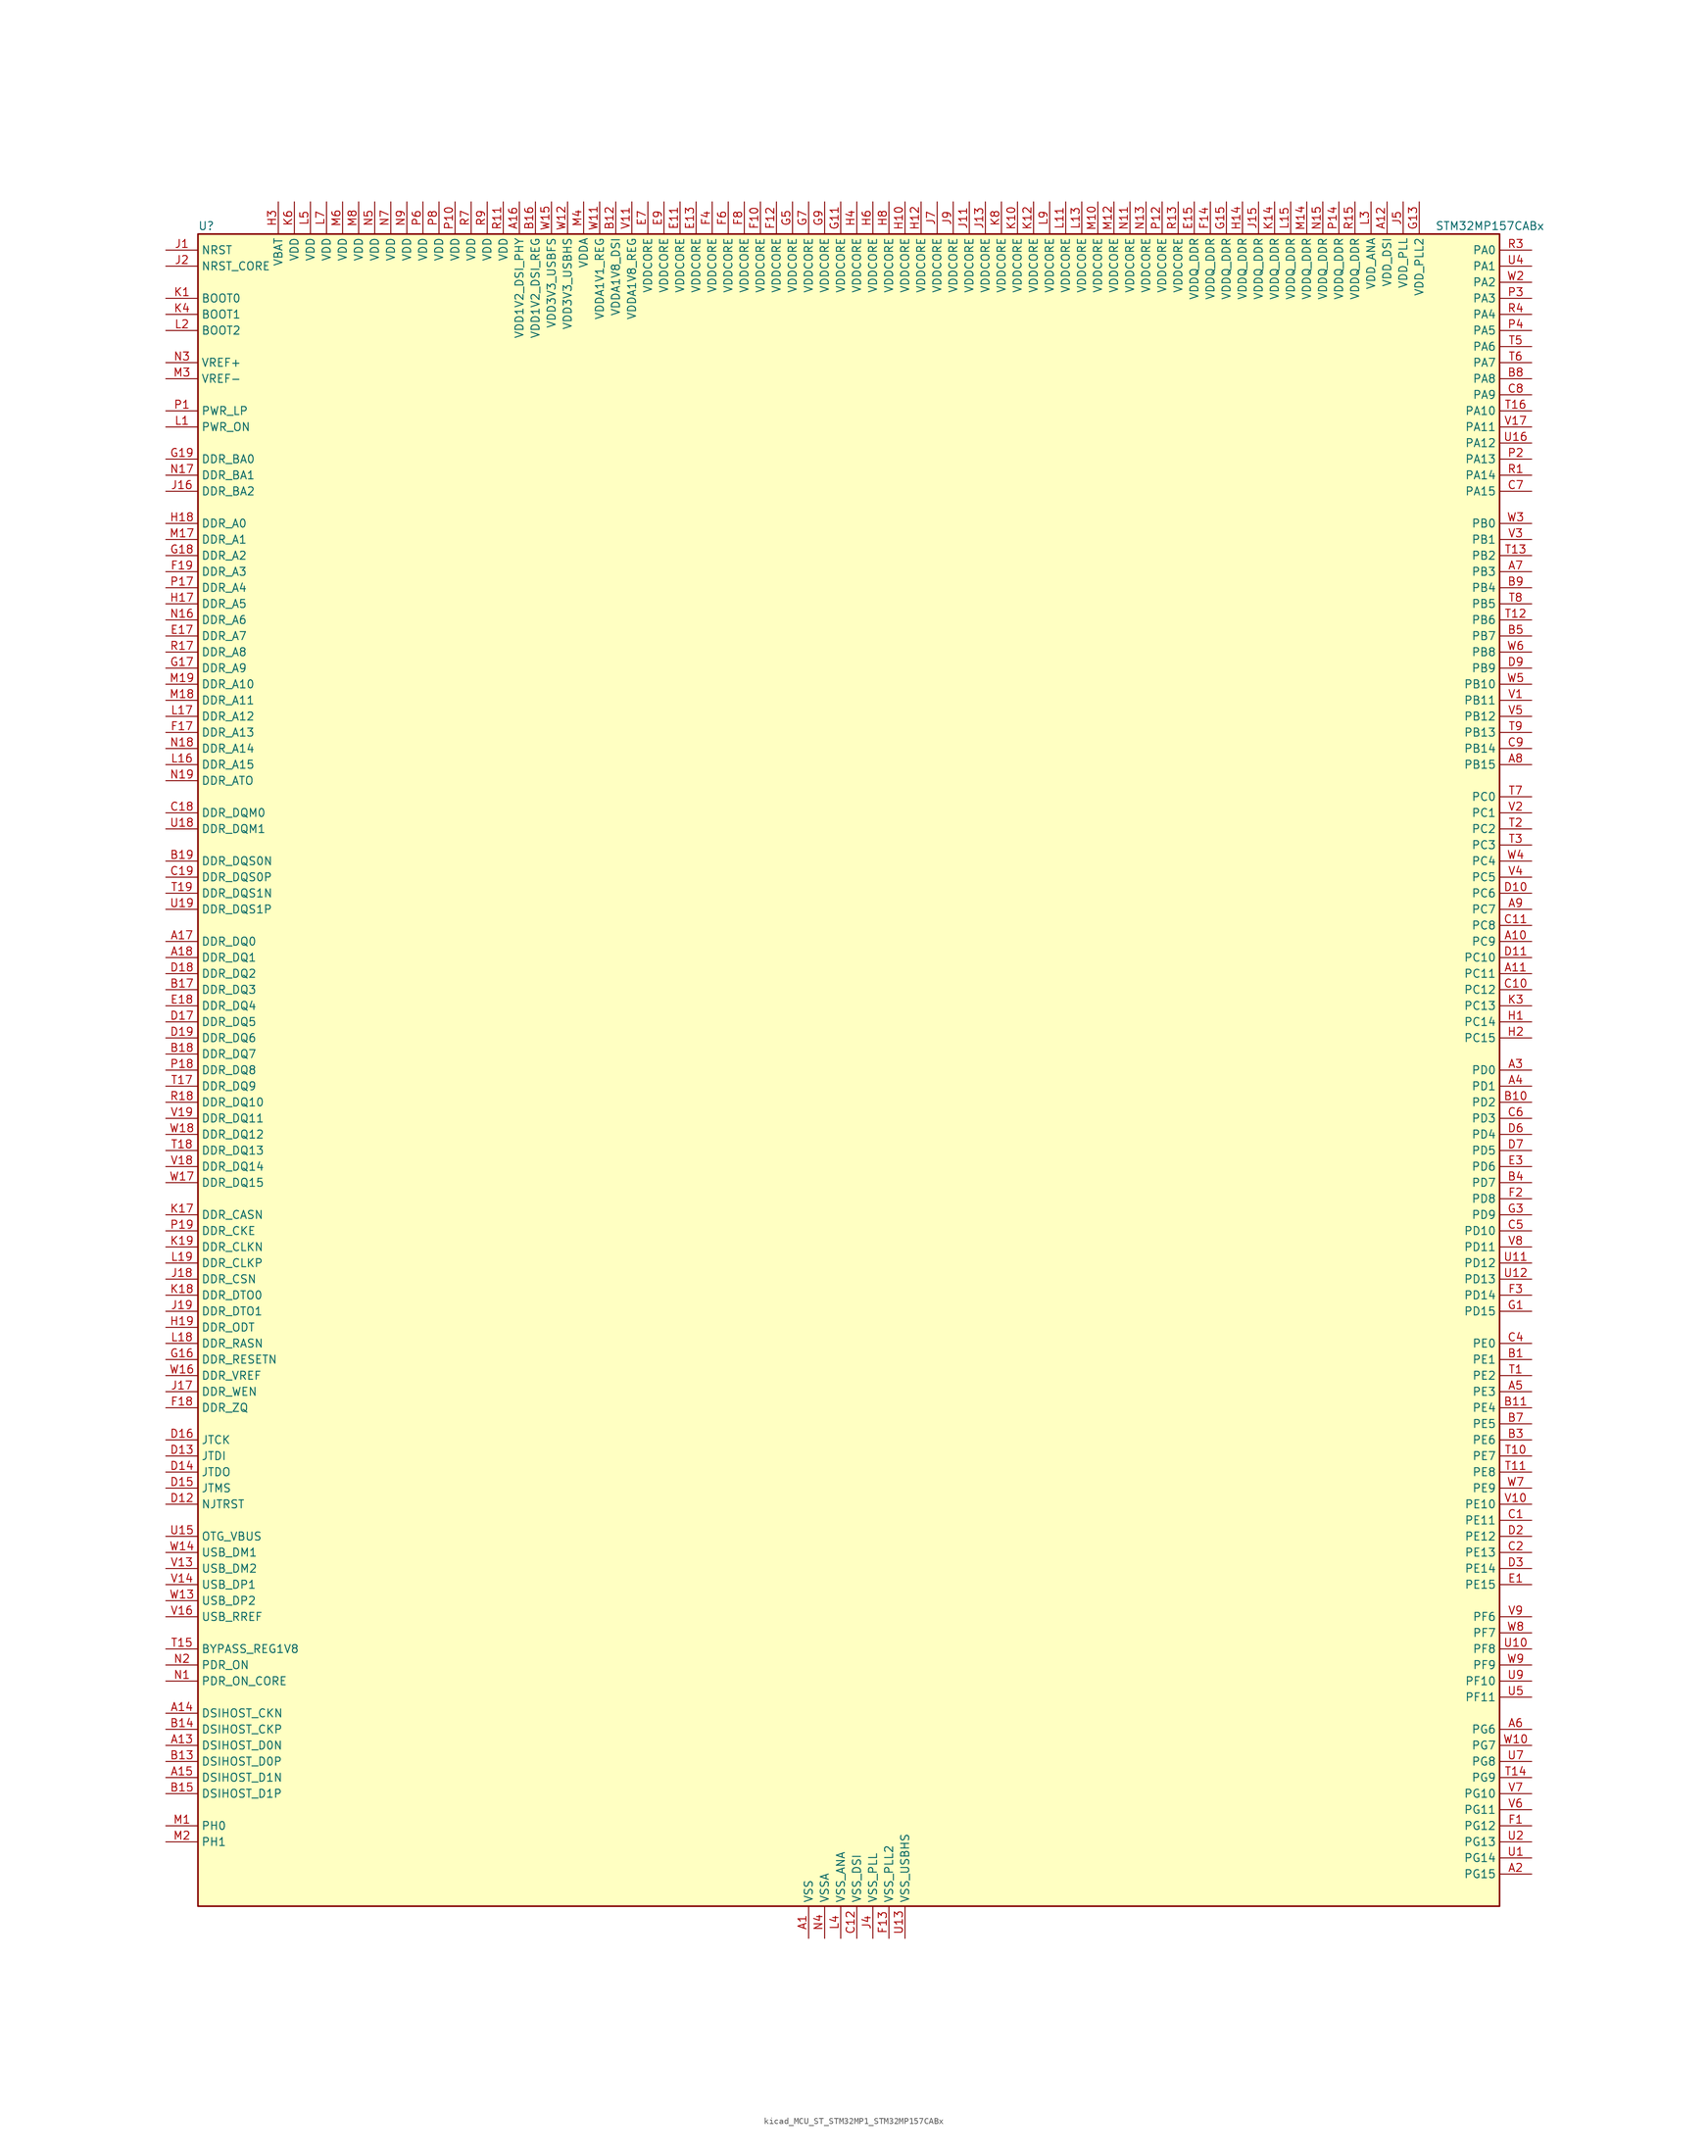
<source format=kicad_sym>
(kicad_symbol_lib
  (version 20220914)
  (generator kicad_symbol_editor)
  (symbol "kicad_MCU_ST_STM32MP1_STM32MP157CABx"
    (property "Reference" "U"
      (at -101.6 133.35 0)
      (effects (font (size 1.27 1.27)) (justify left)))
    (property "Value" "STM32MP157CABx"
      (at 93.98 133.35 0)
      (effects (font (size 1.27 1.27)) (justify left)))
    (property "ki_locked" ""
      (at 0 0 0)
      (effects (font (size 1.27 1.27))))
    (symbol "kicad_MCU_ST_STM32MP1_STM32MP157CABx_0_1"
      (rectangle (start -101.6 -132.08) (end 104.14 132.08) (stroke (width 0.254) (type default)) (fill (type background))))
    (symbol "kicad_MCU_ST_STM32MP1_STM32MP157CABx_1_1"
      (pin power_in line (at -5.08 -137.16 90) (length 5.08) (name "VSS" (effects (font (size 1.27 1.27)))) (number "A1" (effects (font (size 1.27 1.27)))))
      (pin bidirectional line (at 109.22 20.32 180) (length 5.08) (name "PC9" (effects (font (size 1.27 1.27)))) (number "A10" (effects (font (size 1.27 1.27)))) (alternate "DAC1_EXTI9" bidirectional line) (alternate "DCMI_D3" bidirectional line) (alternate "DEBUG_TRACED1" bidirectional line) (alternate "I2C3_SDA" bidirectional line) (alternate "I2S_CKIN" bidirectional line) (alternate "LTDC_B2" bidirectional line) (alternate "QUADSPI_BK1_IO0" bidirectional line) (alternate "SDMMC1_D1" bidirectional line) (alternate "TIM3_CH4" bidirectional line) (alternate "TIM8_CH4" bidirectional line) (alternate "UART5_CTS" bidirectional line))
      (pin bidirectional line (at 109.22 15.24 180) (length 5.08) (name "PC11" (effects (font (size 1.27 1.27)))) (number "A11" (effects (font (size 1.27 1.27)))) (alternate "ADC1_EXTI11" bidirectional line) (alternate "ADC2_EXTI11" bidirectional line) (alternate "DCMI_D4" bidirectional line) (alternate "DEBUG_TRACED3" bidirectional line) (alternate "DFSDM1_DATIN5" bidirectional line) (alternate "I2S3_SDI" bidirectional line) (alternate "QUADSPI_BK2_NCS" bidirectional line) (alternate "SAI4_SCK_B" bidirectional line) (alternate "SDMMC1_D3" bidirectional line) (alternate "SPI3_MISO" bidirectional line) (alternate "UART4_RX" bidirectional line) (alternate "USART3_RX" bidirectional line))
      (pin power_in line (at 86.36 137.16 270) (length 5.08) (name "VDD_DSI" (effects (font (size 1.27 1.27)))) (number "A12" (effects (font (size 1.27 1.27)))))
      (pin bidirectional line (at -106.68 -106.68 0) (length 5.08) (name "DSIHOST_D0N" (effects (font (size 1.27 1.27)))) (number "A13" (effects (font (size 1.27 1.27)))) (alternate "DSIHOST_D0N" bidirectional line))
      (pin bidirectional line (at -106.68 -101.6 0) (length 5.08) (name "DSIHOST_CKN" (effects (font (size 1.27 1.27)))) (number "A14" (effects (font (size 1.27 1.27)))) (alternate "DSIHOST_CKN" bidirectional line))
      (pin bidirectional line (at -106.68 -111.76 0) (length 5.08) (name "DSIHOST_D1N" (effects (font (size 1.27 1.27)))) (number "A15" (effects (font (size 1.27 1.27)))) (alternate "DSIHOST_D1N" bidirectional line))
      (pin power_in line (at -50.8 137.16 270) (length 5.08) (name "VDD1V2_DSI_PHY" (effects (font (size 1.27 1.27)))) (number "A16" (effects (font (size 1.27 1.27)))))
      (pin bidirectional line (at -106.68 20.32 0) (length 5.08) (name "DDR_DQ0" (effects (font (size 1.27 1.27)))) (number "A17" (effects (font (size 1.27 1.27)))) (alternate "DDR_DQ0" bidirectional line))
      (pin bidirectional line (at -106.68 17.78 0) (length 5.08) (name "DDR_DQ1" (effects (font (size 1.27 1.27)))) (number "A18" (effects (font (size 1.27 1.27)))) (alternate "DDR_DQ1" bidirectional line))
      (pin passive line (at -5.08 -137.16 90) (length 5.08) hide (name "VSS" (effects (font (size 1.27 1.27)))) (number "A19" (effects (font (size 1.27 1.27)))))
      (pin bidirectional line (at 109.22 -127 180) (length 5.08) (name "PG15" (effects (font (size 1.27 1.27)))) (number "A2" (effects (font (size 1.27 1.27)))) (alternate "ADC1_EXTI15" bidirectional line) (alternate "ADC2_EXTI15" bidirectional line) (alternate "DCMI_D13" bidirectional line) (alternate "DEBUG_TRACED7" bidirectional line) (alternate "I2C2_SDA" bidirectional line) (alternate "SAI1_D2" bidirectional line) (alternate "SAI1_FS_A" bidirectional line) (alternate "SDMMC3_CK" bidirectional line) (alternate "USART6_CTS" bidirectional line) (alternate "USART6_NSS" bidirectional line))
      (pin bidirectional line (at 109.22 0 180) (length 5.08) (name "PD0" (effects (font (size 1.27 1.27)))) (number "A3" (effects (font (size 1.27 1.27)))) (alternate "DFSDM1_CKIN6" bidirectional line) (alternate "DFSDM1_DATIN7" bidirectional line) (alternate "FDCAN1_RX" bidirectional line) (alternate "FMC_D2" bidirectional line) (alternate "FMC_DA2" bidirectional line) (alternate "I2C5_SDA" bidirectional line) (alternate "I2C6_SDA" bidirectional line) (alternate "SAI3_SCK_A" bidirectional line) (alternate "SDMMC3_CMD" bidirectional line) (alternate "UART4_RX" bidirectional line))
      (pin bidirectional line (at 109.22 -2.54 180) (length 5.08) (name "PD1" (effects (font (size 1.27 1.27)))) (number "A4" (effects (font (size 1.27 1.27)))) (alternate "DFSDM1_CKIN7" bidirectional line) (alternate "DFSDM1_DATIN6" bidirectional line) (alternate "FDCAN1_TX" bidirectional line) (alternate "FMC_D3" bidirectional line) (alternate "FMC_DA3" bidirectional line) (alternate "I2C5_SCL" bidirectional line) (alternate "I2C6_SCL" bidirectional line) (alternate "SAI3_SD_A" bidirectional line) (alternate "SDMMC3_D0" bidirectional line) (alternate "UART4_TX" bidirectional line))
      (pin bidirectional line (at 109.22 -50.8 180) (length 5.08) (name "PE3" (effects (font (size 1.27 1.27)))) (number "A5" (effects (font (size 1.27 1.27)))) (alternate "DEBUG_TRACED0" bidirectional line) (alternate "FMC_A19" bidirectional line) (alternate "SAI1_SD_B" bidirectional line) (alternate "SDMMC2_CK" bidirectional line) (alternate "TIM15_BKIN" bidirectional line))
      (pin bidirectional line (at 109.22 -104.14 180) (length 5.08) (name "PG6" (effects (font (size 1.27 1.27)))) (number "A6" (effects (font (size 1.27 1.27)))) (alternate "DCMI_D12" bidirectional line) (alternate "DEBUG_TRACED14" bidirectional line) (alternate "LTDC_R7" bidirectional line) (alternate "SDMMC2_CMD" bidirectional line) (alternate "TIM17_BKIN" bidirectional line))
      (pin bidirectional line (at 109.22 78.74 180) (length 5.08) (name "PB3" (effects (font (size 1.27 1.27)))) (number "A7" (effects (font (size 1.27 1.27)))) (alternate "DEBUG_TRACED9" bidirectional line) (alternate "I2S1_CK" bidirectional line) (alternate "I2S3_CK" bidirectional line) (alternate "SAI4_CK1" bidirectional line) (alternate "SAI4_MCLK_A" bidirectional line) (alternate "SDMMC2_D2" bidirectional line) (alternate "SPI1_SCK" bidirectional line) (alternate "SPI3_SCK" bidirectional line) (alternate "SPI6_SCK" bidirectional line) (alternate "TIM2_CH2" bidirectional line) (alternate "UART7_RX" bidirectional line))
      (pin bidirectional line (at 109.22 48.26 180) (length 5.08) (name "PB15" (effects (font (size 1.27 1.27)))) (number "A8" (effects (font (size 1.27 1.27)))) (alternate "ADC1_EXTI15" bidirectional line) (alternate "ADC2_EXTI15" bidirectional line) (alternate "DFSDM1_CKIN2" bidirectional line) (alternate "I2S2_SDO" bidirectional line) (alternate "RTC_REFIN" bidirectional line) (alternate "SDMMC2_D1" bidirectional line) (alternate "SPI2_MOSI" bidirectional line) (alternate "TIM12_CH2" bidirectional line) (alternate "TIM1_CH3N" bidirectional line) (alternate "TIM8_CH3N" bidirectional line) (alternate "USART1_RX" bidirectional line))
      (pin bidirectional line (at 109.22 25.4 180) (length 5.08) (name "PC7" (effects (font (size 1.27 1.27)))) (number "A9" (effects (font (size 1.27 1.27)))) (alternate "DCMI_D1" bidirectional line) (alternate "DFSDM1_DATIN3" bidirectional line) (alternate "HDP_HDP4" bidirectional line) (alternate "I2S3_MCK" bidirectional line) (alternate "LTDC_G6" bidirectional line) (alternate "SDMMC1_D123DIR" bidirectional line) (alternate "SDMMC1_D7" bidirectional line) (alternate "SDMMC2_D123DIR" bidirectional line) (alternate "SDMMC2_D7" bidirectional line) (alternate "TIM3_CH2" bidirectional line) (alternate "TIM8_CH2" bidirectional line) (alternate "USART6_RX" bidirectional line))
      (pin bidirectional line (at 109.22 -45.72 180) (length 5.08) (name "PE1" (effects (font (size 1.27 1.27)))) (number "B1" (effects (font (size 1.27 1.27)))) (alternate "DCMI_D3" bidirectional line) (alternate "FMC_NBL1" bidirectional line) (alternate "I2S2_MCK" bidirectional line) (alternate "LPTIM1_IN2" bidirectional line) (alternate "SAI3_SD_B" bidirectional line) (alternate "UART8_TX" bidirectional line))
      (pin bidirectional line (at 109.22 -5.08 180) (length 5.08) (name "PD2" (effects (font (size 1.27 1.27)))) (number "B10" (effects (font (size 1.27 1.27)))) (alternate "DCMI_D11" bidirectional line) (alternate "I2C5_SMBA" bidirectional line) (alternate "SDMMC1_CMD" bidirectional line) (alternate "TIM3_ETR" bidirectional line) (alternate "UART4_RX" bidirectional line) (alternate "UART5_RX" bidirectional line))
      (pin bidirectional line (at 109.22 -53.34 180) (length 5.08) (name "PE4" (effects (font (size 1.27 1.27)))) (number "B11" (effects (font (size 1.27 1.27)))) (alternate "DCMI_D4" bidirectional line) (alternate "DEBUG_TRACED1" bidirectional line) (alternate "DFSDM1_DATIN3" bidirectional line) (alternate "FMC_A20" bidirectional line) (alternate "LTDC_B0" bidirectional line) (alternate "SAI1_D2" bidirectional line) (alternate "SAI1_FS_A" bidirectional line) (alternate "SDMMC1_CKIN" bidirectional line) (alternate "SDMMC1_D4" bidirectional line) (alternate "SDMMC2_CKIN" bidirectional line) (alternate "SDMMC2_D4" bidirectional line) (alternate "SPI4_NSS" bidirectional line) (alternate "TIM15_CH1N" bidirectional line))
      (pin power_in line (at -35.56 137.16 270) (length 5.08) (name "VDDA1V8_DSI" (effects (font (size 1.27 1.27)))) (number "B12" (effects (font (size 1.27 1.27)))))
      (pin bidirectional line (at -106.68 -109.22 0) (length 5.08) (name "DSIHOST_D0P" (effects (font (size 1.27 1.27)))) (number "B13" (effects (font (size 1.27 1.27)))) (alternate "DSIHOST_D0P" bidirectional line))
      (pin bidirectional line (at -106.68 -104.14 0) (length 5.08) (name "DSIHOST_CKP" (effects (font (size 1.27 1.27)))) (number "B14" (effects (font (size 1.27 1.27)))) (alternate "DSIHOST_CKP" bidirectional line))
      (pin bidirectional line (at -106.68 -114.3 0) (length 5.08) (name "DSIHOST_D1P" (effects (font (size 1.27 1.27)))) (number "B15" (effects (font (size 1.27 1.27)))) (alternate "DSIHOST_D1P" bidirectional line))
      (pin power_in line (at -48.26 137.16 270) (length 5.08) (name "VDD1V2_DSI_REG" (effects (font (size 1.27 1.27)))) (number "B16" (effects (font (size 1.27 1.27)))))
      (pin bidirectional line (at -106.68 12.7 0) (length 5.08) (name "DDR_DQ3" (effects (font (size 1.27 1.27)))) (number "B17" (effects (font (size 1.27 1.27)))) (alternate "DDR_DQ3" bidirectional line))
      (pin bidirectional line (at -106.68 2.54 0) (length 5.08) (name "DDR_DQ7" (effects (font (size 1.27 1.27)))) (number "B18" (effects (font (size 1.27 1.27)))) (alternate "DDR_DQ7" bidirectional line))
      (pin bidirectional line (at -106.68 33.02 0) (length 5.08) (name "DDR_DQS0N" (effects (font (size 1.27 1.27)))) (number "B19" (effects (font (size 1.27 1.27)))) (alternate "DDR_DQS0N" bidirectional line))
      (pin passive line (at -5.08 -137.16 90) (length 5.08) hide (name "VSS" (effects (font (size 1.27 1.27)))) (number "B2" (effects (font (size 1.27 1.27)))))
      (pin bidirectional line (at 109.22 -58.42 180) (length 5.08) (name "PE6" (effects (font (size 1.27 1.27)))) (number "B3" (effects (font (size 1.27 1.27)))) (alternate "DCMI_D7" bidirectional line) (alternate "DEBUG_TRACED2" bidirectional line) (alternate "FMC_A22" bidirectional line) (alternate "LTDC_G1" bidirectional line) (alternate "SAI1_D1" bidirectional line) (alternate "SAI1_SD_A" bidirectional line) (alternate "SAI2_MCLK_B" bidirectional line) (alternate "SDMMC1_D2" bidirectional line) (alternate "SDMMC2_D0" bidirectional line) (alternate "SPI4_MOSI" bidirectional line) (alternate "TIM15_CH2" bidirectional line) (alternate "TIM1_BKIN2" bidirectional line))
      (pin bidirectional line (at 109.22 -17.78 180) (length 5.08) (name "PD7" (effects (font (size 1.27 1.27)))) (number "B4" (effects (font (size 1.27 1.27)))) (alternate "DEBUG_TRACED6" bidirectional line) (alternate "DFSDM1_CKIN1" bidirectional line) (alternate "DFSDM1_DATIN4" bidirectional line) (alternate "FMC_NE1" bidirectional line) (alternate "I2C2_SCL" bidirectional line) (alternate "SDMMC3_D3" bidirectional line) (alternate "SPDIFRX_IN0" bidirectional line) (alternate "USART2_CK" bidirectional line))
      (pin bidirectional line (at 109.22 68.58 180) (length 5.08) (name "PB7" (effects (font (size 1.27 1.27)))) (number "B5" (effects (font (size 1.27 1.27)))) (alternate "DCMI_VSYNC" bidirectional line) (alternate "DFSDM1_CKIN5" bidirectional line) (alternate "FMC_NL" bidirectional line) (alternate "I2C1_SDA" bidirectional line) (alternate "I2C4_SDA" bidirectional line) (alternate "SDMMC2_D1" bidirectional line) (alternate "TIM17_CH1N" bidirectional line) (alternate "TIM4_CH2" bidirectional line) (alternate "USART1_RX" bidirectional line))
      (pin passive line (at -5.08 -137.16 90) (length 5.08) hide (name "VSS" (effects (font (size 1.27 1.27)))) (number "B6" (effects (font (size 1.27 1.27)))))
      (pin bidirectional line (at 109.22 -55.88 180) (length 5.08) (name "PE5" (effects (font (size 1.27 1.27)))) (number "B7" (effects (font (size 1.27 1.27)))) (alternate "DCMI_D6" bidirectional line) (alternate "DEBUG_TRACED3" bidirectional line) (alternate "DFSDM1_CKIN3" bidirectional line) (alternate "FMC_A21" bidirectional line) (alternate "LTDC_G0" bidirectional line) (alternate "SAI1_CK2" bidirectional line) (alternate "SAI1_SCK_A" bidirectional line) (alternate "SDMMC1_D0DIR" bidirectional line) (alternate "SDMMC1_D6" bidirectional line) (alternate "SDMMC2_D0DIR" bidirectional line) (alternate "SDMMC2_D6" bidirectional line) (alternate "SPI4_MISO" bidirectional line) (alternate "TIM15_CH1" bidirectional line))
      (pin bidirectional line (at 109.22 109.22 180) (length 5.08) (name "PA8" (effects (font (size 1.27 1.27)))) (number "B8" (effects (font (size 1.27 1.27)))) (alternate "I2C3_SCL" bidirectional line) (alternate "I2S3_SDO" bidirectional line) (alternate "LTDC_R6" bidirectional line) (alternate "RCC_MCO_1" bidirectional line) (alternate "SAI4_SD_B" bidirectional line) (alternate "SDMMC2_CKIN" bidirectional line) (alternate "SDMMC2_D4" bidirectional line) (alternate "SPI3_MOSI" bidirectional line) (alternate "TIM1_CH1" bidirectional line) (alternate "TIM8_BKIN2" bidirectional line) (alternate "UART7_RX" bidirectional line) (alternate "USART1_CK" bidirectional line) (alternate "USB_OTG_HS_SOF" bidirectional line))
      (pin bidirectional line (at 109.22 76.2 180) (length 5.08) (name "PB4" (effects (font (size 1.27 1.27)))) (number "B9" (effects (font (size 1.27 1.27)))) (alternate "DEBUG_TRACED8" bidirectional line) (alternate "I2S1_SDI" bidirectional line) (alternate "I2S2_WS" bidirectional line) (alternate "I2S3_SDI" bidirectional line) (alternate "SAI4_CK2" bidirectional line) (alternate "SAI4_SCK_A" bidirectional line) (alternate "SDMMC2_D3" bidirectional line) (alternate "SPI1_MISO" bidirectional line) (alternate "SPI2_NSS" bidirectional line) (alternate "SPI3_MISO" bidirectional line) (alternate "SPI6_MISO" bidirectional line) (alternate "TIM16_BKIN" bidirectional line) (alternate "TIM3_CH1" bidirectional line) (alternate "UART7_TX" bidirectional line))
      (pin bidirectional line (at 109.22 -71.12 180) (length 5.08) (name "PE11" (effects (font (size 1.27 1.27)))) (number "C1" (effects (font (size 1.27 1.27)))) (alternate "ADC1_EXTI11" bidirectional line) (alternate "ADC2_EXTI11" bidirectional line) (alternate "DCMI_D4" bidirectional line) (alternate "DFSDM1_CKIN4" bidirectional line) (alternate "FMC_D8" bidirectional line) (alternate "FMC_DA8" bidirectional line) (alternate "LTDC_G3" bidirectional line) (alternate "SAI2_SD_B" bidirectional line) (alternate "SPI4_NSS" bidirectional line) (alternate "TIM1_CH2" bidirectional line) (alternate "USART6_CK" bidirectional line))
      (pin bidirectional line (at 109.22 12.7 180) (length 5.08) (name "PC12" (effects (font (size 1.27 1.27)))) (number "C10" (effects (font (size 1.27 1.27)))) (alternate "DCMI_D9" bidirectional line) (alternate "DEBUG_TRACECLK" bidirectional line) (alternate "I2S3_SDO" bidirectional line) (alternate "RCC_MCO_2" bidirectional line) (alternate "SAI4_D3" bidirectional line) (alternate "SAI4_SD_B" bidirectional line) (alternate "SDMMC1_CK" bidirectional line) (alternate "SPI3_MOSI" bidirectional line) (alternate "UART5_TX" bidirectional line) (alternate "USART3_CK" bidirectional line))
      (pin bidirectional line (at 109.22 22.86 180) (length 5.08) (name "PC8" (effects (font (size 1.27 1.27)))) (number "C11" (effects (font (size 1.27 1.27)))) (alternate "DCMI_D2" bidirectional line) (alternate "DEBUG_TRACED0" bidirectional line) (alternate "SDMMC1_D0" bidirectional line) (alternate "TIM3_CH3" bidirectional line) (alternate "TIM8_CH3" bidirectional line) (alternate "UART4_TX" bidirectional line) (alternate "UART5_DE" bidirectional line) (alternate "UART5_RTS" bidirectional line) (alternate "USART6_CK" bidirectional line))
      (pin power_in line (at 2.54 -137.16 90) (length 5.08) (name "VSS_DSI" (effects (font (size 1.27 1.27)))) (number "C12" (effects (font (size 1.27 1.27)))))
      (pin passive line (at 2.54 -137.16 90) (length 5.08) hide (name "VSS_DSI" (effects (font (size 1.27 1.27)))) (number "C13" (effects (font (size 1.27 1.27)))))
      (pin passive line (at 2.54 -137.16 90) (length 5.08) hide (name "VSS_DSI" (effects (font (size 1.27 1.27)))) (number "C14" (effects (font (size 1.27 1.27)))))
      (pin passive line (at 2.54 -137.16 90) (length 5.08) hide (name "VSS_DSI" (effects (font (size 1.27 1.27)))) (number "C15" (effects (font (size 1.27 1.27)))))
      (pin passive line (at 2.54 -137.16 90) (length 5.08) hide (name "VSS_DSI" (effects (font (size 1.27 1.27)))) (number "C16" (effects (font (size 1.27 1.27)))))
      (pin passive line (at -5.08 -137.16 90) (length 5.08) hide (name "VSS" (effects (font (size 1.27 1.27)))) (number "C17" (effects (font (size 1.27 1.27)))))
      (pin bidirectional line (at -106.68 40.64 0) (length 5.08) (name "DDR_DQM0" (effects (font (size 1.27 1.27)))) (number "C18" (effects (font (size 1.27 1.27)))) (alternate "DDR_DQM0" bidirectional line))
      (pin bidirectional line (at -106.68 30.48 0) (length 5.08) (name "DDR_DQS0P" (effects (font (size 1.27 1.27)))) (number "C19" (effects (font (size 1.27 1.27)))) (alternate "DDR_DQS0P" bidirectional line))
      (pin bidirectional line (at 109.22 -76.2 180) (length 5.08) (name "PE13" (effects (font (size 1.27 1.27)))) (number "C2" (effects (font (size 1.27 1.27)))) (alternate "DCMI_D6" bidirectional line) (alternate "DFSDM1_CKIN5" bidirectional line) (alternate "FMC_D10" bidirectional line) (alternate "FMC_DA10" bidirectional line) (alternate "HDP_HDP2" bidirectional line) (alternate "LTDC_DE" bidirectional line) (alternate "SAI2_FS_B" bidirectional line) (alternate "SPI4_MISO" bidirectional line) (alternate "TIM1_CH3" bidirectional line))
      (pin passive line (at -5.08 -137.16 90) (length 5.08) hide (name "VSS" (effects (font (size 1.27 1.27)))) (number "C3" (effects (font (size 1.27 1.27)))))
      (pin bidirectional line (at 109.22 -43.18 180) (length 5.08) (name "PE0" (effects (font (size 1.27 1.27)))) (number "C4" (effects (font (size 1.27 1.27)))) (alternate "DCMI_D2" bidirectional line) (alternate "FMC_NBL0" bidirectional line) (alternate "I2S3_CK" bidirectional line) (alternate "LPTIM1_ETR" bidirectional line) (alternate "LPTIM2_ETR" bidirectional line) (alternate "SAI2_MCLK_A" bidirectional line) (alternate "SAI4_MCLK_B" bidirectional line) (alternate "SPI3_SCK" bidirectional line) (alternate "TIM4_ETR" bidirectional line) (alternate "UART8_RX" bidirectional line))
      (pin bidirectional line (at 109.22 -25.4 180) (length 5.08) (name "PD10" (effects (font (size 1.27 1.27)))) (number "C5" (effects (font (size 1.27 1.27)))) (alternate "DFSDM1_CKOUT" bidirectional line) (alternate "FMC_D15" bidirectional line) (alternate "FMC_DA15" bidirectional line) (alternate "I2C5_SMBA" bidirectional line) (alternate "I2S3_SDI" bidirectional line) (alternate "LTDC_B3" bidirectional line) (alternate "RTC_REFIN" bidirectional line) (alternate "SAI3_FS_B" bidirectional line) (alternate "SPI3_MISO" bidirectional line) (alternate "TIM16_BKIN" bidirectional line) (alternate "USART3_CK" bidirectional line))
      (pin bidirectional line (at 109.22 -7.62 180) (length 5.08) (name "PD3" (effects (font (size 1.27 1.27)))) (number "C6" (effects (font (size 1.27 1.27)))) (alternate "DCMI_D5" bidirectional line) (alternate "DFSDM1_CKOUT" bidirectional line) (alternate "DFSDM1_DATIN0" bidirectional line) (alternate "FMC_CLK" bidirectional line) (alternate "HDP_HDP5" bidirectional line) (alternate "I2S2_CK" bidirectional line) (alternate "LTDC_G7" bidirectional line) (alternate "SDMMC1_D123DIR" bidirectional line) (alternate "SDMMC1_D7" bidirectional line) (alternate "SDMMC2_D123DIR" bidirectional line) (alternate "SDMMC2_D7" bidirectional line) (alternate "SPI2_SCK" bidirectional line) (alternate "USART2_CTS" bidirectional line) (alternate "USART2_NSS" bidirectional line))
      (pin bidirectional line (at 109.22 91.44 180) (length 5.08) (name "PA15" (effects (font (size 1.27 1.27)))) (number "C7" (effects (font (size 1.27 1.27)))) (alternate "ADC1_EXTI15" bidirectional line) (alternate "ADC2_EXTI15" bidirectional line) (alternate "CEC" bidirectional line) (alternate "DEBUG_DBTRGI" bidirectional line) (alternate "I2S1_WS" bidirectional line) (alternate "I2S3_WS" bidirectional line) (alternate "LTDC_R1" bidirectional line) (alternate "SAI4_D2" bidirectional line) (alternate "SAI4_FS_A" bidirectional line) (alternate "SDMMC1_CDIR" bidirectional line) (alternate "SDMMC1_D5" bidirectional line) (alternate "SDMMC2_CDIR" bidirectional line) (alternate "SDMMC2_D5" bidirectional line) (alternate "SPI1_NSS" bidirectional line) (alternate "SPI3_NSS" bidirectional line) (alternate "SPI6_NSS" bidirectional line) (alternate "TIM2_CH1" bidirectional line) (alternate "TIM2_ETR" bidirectional line) (alternate "UART4_DE" bidirectional line) (alternate "UART4_RTS" bidirectional line) (alternate "UART7_TX" bidirectional line))
      (pin bidirectional line (at 109.22 106.68 180) (length 5.08) (name "PA9" (effects (font (size 1.27 1.27)))) (number "C8" (effects (font (size 1.27 1.27)))) (alternate "DAC1_EXTI9" bidirectional line) (alternate "DCMI_D0" bidirectional line) (alternate "I2C3_SMBA" bidirectional line) (alternate "I2S2_CK" bidirectional line) (alternate "LTDC_R5" bidirectional line) (alternate "SDMMC2_CDIR" bidirectional line) (alternate "SDMMC2_D5" bidirectional line) (alternate "SPI2_SCK" bidirectional line) (alternate "TIM1_CH2" bidirectional line) (alternate "USART1_TX" bidirectional line))
      (pin bidirectional line (at 109.22 50.8 180) (length 5.08) (name "PB14" (effects (font (size 1.27 1.27)))) (number "C9" (effects (font (size 1.27 1.27)))) (alternate "DFSDM1_DATIN2" bidirectional line) (alternate "I2S2_SDI" bidirectional line) (alternate "SDMMC2_D0" bidirectional line) (alternate "SPI2_MISO" bidirectional line) (alternate "TIM12_CH1" bidirectional line) (alternate "TIM1_CH2N" bidirectional line) (alternate "TIM8_CH2N" bidirectional line) (alternate "USART1_TX" bidirectional line) (alternate "USART3_DE" bidirectional line) (alternate "USART3_RTS" bidirectional line))
      (pin passive line (at -5.08 -137.16 90) (length 5.08) hide (name "VSS" (effects (font (size 1.27 1.27)))) (number "D1" (effects (font (size 1.27 1.27)))))
      (pin bidirectional line (at 109.22 27.94 180) (length 5.08) (name "PC6" (effects (font (size 1.27 1.27)))) (number "D10" (effects (font (size 1.27 1.27)))) (alternate "DCMI_D0" bidirectional line) (alternate "DFSDM1_CKIN3" bidirectional line) (alternate "DSIHOST_TE" bidirectional line) (alternate "HDP_HDP1" bidirectional line) (alternate "I2S2_MCK" bidirectional line) (alternate "LTDC_HSYNC" bidirectional line) (alternate "SDMMC1_D0DIR" bidirectional line) (alternate "SDMMC1_D6" bidirectional line) (alternate "SDMMC2_D0DIR" bidirectional line) (alternate "SDMMC2_D6" bidirectional line) (alternate "TIM3_CH1" bidirectional line) (alternate "TIM8_CH1" bidirectional line) (alternate "USART6_TX" bidirectional line))
      (pin bidirectional line (at 109.22 17.78 180) (length 5.08) (name "PC10" (effects (font (size 1.27 1.27)))) (number "D11" (effects (font (size 1.27 1.27)))) (alternate "DCMI_D8" bidirectional line) (alternate "DEBUG_TRACED2" bidirectional line) (alternate "DFSDM1_CKIN5" bidirectional line) (alternate "I2S3_CK" bidirectional line) (alternate "LTDC_R2" bidirectional line) (alternate "QUADSPI_BK1_IO1" bidirectional line) (alternate "SAI4_MCLK_B" bidirectional line) (alternate "SDMMC1_D2" bidirectional line) (alternate "SPI3_SCK" bidirectional line) (alternate "UART4_TX" bidirectional line) (alternate "USART3_TX" bidirectional line))
      (pin bidirectional line (at -106.68 -68.58 0) (length 5.08) (name "NJTRST" (effects (font (size 1.27 1.27)))) (number "D12" (effects (font (size 1.27 1.27)))) (alternate "DEBUG_JTRST" bidirectional line))
      (pin bidirectional line (at -106.68 -60.96 0) (length 5.08) (name "JTDI" (effects (font (size 1.27 1.27)))) (number "D13" (effects (font (size 1.27 1.27)))) (alternate "DEBUG_JTDI" bidirectional line))
      (pin bidirectional line (at -106.68 -63.5 0) (length 5.08) (name "JTDO" (effects (font (size 1.27 1.27)))) (number "D14" (effects (font (size 1.27 1.27)))) (alternate "DEBUG_JTDO-SWO" bidirectional line))
      (pin bidirectional line (at -106.68 -66.04 0) (length 5.08) (name "JTMS" (effects (font (size 1.27 1.27)))) (number "D15" (effects (font (size 1.27 1.27)))) (alternate "DEBUG_JTMS-SWDIO" bidirectional line))
      (pin bidirectional line (at -106.68 -58.42 0) (length 5.08) (name "JTCK" (effects (font (size 1.27 1.27)))) (number "D16" (effects (font (size 1.27 1.27)))) (alternate "DEBUG_JTCK-SWCLK" bidirectional line))
      (pin bidirectional line (at -106.68 7.62 0) (length 5.08) (name "DDR_DQ5" (effects (font (size 1.27 1.27)))) (number "D17" (effects (font (size 1.27 1.27)))) (alternate "DDR_DQ5" bidirectional line))
      (pin bidirectional line (at -106.68 15.24 0) (length 5.08) (name "DDR_DQ2" (effects (font (size 1.27 1.27)))) (number "D18" (effects (font (size 1.27 1.27)))) (alternate "DDR_DQ2" bidirectional line))
      (pin bidirectional line (at -106.68 5.08 0) (length 5.08) (name "DDR_DQ6" (effects (font (size 1.27 1.27)))) (number "D19" (effects (font (size 1.27 1.27)))) (alternate "DDR_DQ6" bidirectional line))
      (pin bidirectional line (at 109.22 -73.66 180) (length 5.08) (name "PE12" (effects (font (size 1.27 1.27)))) (number "D2" (effects (font (size 1.27 1.27)))) (alternate "DFSDM1_DATIN5" bidirectional line) (alternate "FMC_D9" bidirectional line) (alternate "FMC_DA9" bidirectional line) (alternate "LTDC_B4" bidirectional line) (alternate "SAI2_SCK_B" bidirectional line) (alternate "SDMMC1_D0DIR" bidirectional line) (alternate "SPI4_SCK" bidirectional line) (alternate "TIM1_CH3N" bidirectional line))
      (pin bidirectional line (at 109.22 -78.74 180) (length 5.08) (name "PE14" (effects (font (size 1.27 1.27)))) (number "D3" (effects (font (size 1.27 1.27)))) (alternate "FMC_D11" bidirectional line) (alternate "FMC_DA11" bidirectional line) (alternate "LTDC_CLK" bidirectional line) (alternate "LTDC_G0" bidirectional line) (alternate "SAI2_MCLK_B" bidirectional line) (alternate "SDMMC1_D123DIR" bidirectional line) (alternate "SPI4_MOSI" bidirectional line) (alternate "TIM1_CH4" bidirectional line) (alternate "UART8_DE" bidirectional line) (alternate "UART8_RTS" bidirectional line))
      (pin passive line (at -5.08 -137.16 90) (length 5.08) hide (name "VSS" (effects (font (size 1.27 1.27)))) (number "D4" (effects (font (size 1.27 1.27)))))
      (pin passive line (at -5.08 -137.16 90) (length 5.08) hide (name "VSS" (effects (font (size 1.27 1.27)))) (number "D5" (effects (font (size 1.27 1.27)))))
      (pin bidirectional line (at 109.22 -10.16 180) (length 5.08) (name "PD4" (effects (font (size 1.27 1.27)))) (number "D6" (effects (font (size 1.27 1.27)))) (alternate "DFSDM1_CKIN0" bidirectional line) (alternate "FMC_NOE" bidirectional line) (alternate "SAI3_FS_A" bidirectional line) (alternate "SDMMC3_D1" bidirectional line) (alternate "USART2_DE" bidirectional line) (alternate "USART2_RTS" bidirectional line))
      (pin bidirectional line (at 109.22 -12.7 180) (length 5.08) (name "PD5" (effects (font (size 1.27 1.27)))) (number "D7" (effects (font (size 1.27 1.27)))) (alternate "FMC_NWE" bidirectional line) (alternate "SDMMC3_D2" bidirectional line) (alternate "USART2_TX" bidirectional line))
      (pin passive line (at -5.08 -137.16 90) (length 5.08) hide (name "VSS" (effects (font (size 1.27 1.27)))) (number "D8" (effects (font (size 1.27 1.27)))))
      (pin bidirectional line (at 109.22 63.5 180) (length 5.08) (name "PB9" (effects (font (size 1.27 1.27)))) (number "D9" (effects (font (size 1.27 1.27)))) (alternate "DAC1_EXTI9" bidirectional line) (alternate "DCMI_D7" bidirectional line) (alternate "DFSDM1_DATIN7" bidirectional line) (alternate "FDCAN1_TX" bidirectional line) (alternate "HDP_HDP7" bidirectional line) (alternate "I2C1_SDA" bidirectional line) (alternate "I2C4_SDA" bidirectional line) (alternate "I2S2_WS" bidirectional line) (alternate "LTDC_B7" bidirectional line) (alternate "SDMMC1_CDIR" bidirectional line) (alternate "SDMMC1_D5" bidirectional line) (alternate "SDMMC2_CDIR" bidirectional line) (alternate "SDMMC2_D5" bidirectional line) (alternate "SPI2_NSS" bidirectional line) (alternate "TIM17_CH1" bidirectional line) (alternate "TIM4_CH4" bidirectional line) (alternate "UART4_TX" bidirectional line))
      (pin bidirectional line (at 109.22 -81.28 180) (length 5.08) (name "PE15" (effects (font (size 1.27 1.27)))) (number "E1" (effects (font (size 1.27 1.27)))) (alternate "ADC1_EXTI15" bidirectional line) (alternate "ADC2_EXTI15" bidirectional line) (alternate "FMC_D12" bidirectional line) (alternate "FMC_DA12" bidirectional line) (alternate "FMC_NCE2" bidirectional line) (alternate "HDP_HDP3" bidirectional line) (alternate "LTDC_R7" bidirectional line) (alternate "TIM15_BKIN" bidirectional line) (alternate "TIM1_BKIN" bidirectional line) (alternate "UART8_CTS" bidirectional line) (alternate "USART2_CTS" bidirectional line) (alternate "USART2_NSS" bidirectional line))
      (pin passive line (at -5.08 -137.16 90) (length 5.08) hide (name "VSS" (effects (font (size 1.27 1.27)))) (number "E10" (effects (font (size 1.27 1.27)))))
      (pin power_in line (at -25.4 137.16 270) (length 5.08) (name "VDDCORE" (effects (font (size 1.27 1.27)))) (number "E11" (effects (font (size 1.27 1.27)))))
      (pin passive line (at -5.08 -137.16 90) (length 5.08) hide (name "VSS" (effects (font (size 1.27 1.27)))) (number "E12" (effects (font (size 1.27 1.27)))))
      (pin power_in line (at -22.86 137.16 270) (length 5.08) (name "VDDCORE" (effects (font (size 1.27 1.27)))) (number "E13" (effects (font (size 1.27 1.27)))))
      (pin passive line (at -5.08 -137.16 90) (length 5.08) hide (name "VSS" (effects (font (size 1.27 1.27)))) (number "E14" (effects (font (size 1.27 1.27)))))
      (pin power_in line (at 55.88 137.16 270) (length 5.08) (name "VDDQ_DDR" (effects (font (size 1.27 1.27)))) (number "E15" (effects (font (size 1.27 1.27)))))
      (pin passive line (at -5.08 -137.16 90) (length 5.08) hide (name "VSS" (effects (font (size 1.27 1.27)))) (number "E16" (effects (font (size 1.27 1.27)))))
      (pin bidirectional line (at -106.68 68.58 0) (length 5.08) (name "DDR_A7" (effects (font (size 1.27 1.27)))) (number "E17" (effects (font (size 1.27 1.27)))) (alternate "DDR_A7" bidirectional line))
      (pin bidirectional line (at -106.68 10.16 0) (length 5.08) (name "DDR_DQ4" (effects (font (size 1.27 1.27)))) (number "E18" (effects (font (size 1.27 1.27)))) (alternate "DDR_DQ4" bidirectional line))
      (pin passive line (at -5.08 -137.16 90) (length 5.08) hide (name "VSS" (effects (font (size 1.27 1.27)))) (number "E2" (effects (font (size 1.27 1.27)))))
      (pin bidirectional line (at 109.22 -15.24 180) (length 5.08) (name "PD6" (effects (font (size 1.27 1.27)))) (number "E3" (effects (font (size 1.27 1.27)))) (alternate "DCMI_D10" bidirectional line) (alternate "DFSDM1_CKIN4" bidirectional line) (alternate "DFSDM1_DATIN1" bidirectional line) (alternate "FMC_NWAIT" bidirectional line) (alternate "I2S3_SDO" bidirectional line) (alternate "LTDC_B2" bidirectional line) (alternate "SAI1_D1" bidirectional line) (alternate "SAI1_SD_A" bidirectional line) (alternate "SPI3_MOSI" bidirectional line) (alternate "TIM16_CH1N" bidirectional line) (alternate "USART2_RX" bidirectional line))
      (pin passive line (at -5.08 -137.16 90) (length 5.08) hide (name "VSS" (effects (font (size 1.27 1.27)))) (number "E4" (effects (font (size 1.27 1.27)))))
      (pin passive line (at -5.08 -137.16 90) (length 5.08) hide (name "VSS" (effects (font (size 1.27 1.27)))) (number "E5" (effects (font (size 1.27 1.27)))))
      (pin passive line (at -5.08 -137.16 90) (length 5.08) hide (name "VSS" (effects (font (size 1.27 1.27)))) (number "E6" (effects (font (size 1.27 1.27)))))
      (pin power_in line (at -30.48 137.16 270) (length 5.08) (name "VDDCORE" (effects (font (size 1.27 1.27)))) (number "E7" (effects (font (size 1.27 1.27)))))
      (pin passive line (at -5.08 -137.16 90) (length 5.08) hide (name "VSS" (effects (font (size 1.27 1.27)))) (number "E8" (effects (font (size 1.27 1.27)))))
      (pin power_in line (at -27.94 137.16 270) (length 5.08) (name "VDDCORE" (effects (font (size 1.27 1.27)))) (number "E9" (effects (font (size 1.27 1.27)))))
      (pin bidirectional line (at 109.22 -119.38 180) (length 5.08) (name "PG12" (effects (font (size 1.27 1.27)))) (number "F1" (effects (font (size 1.27 1.27)))) (alternate "ETH1_PHY_INTN" bidirectional line) (alternate "FMC_NE4" bidirectional line) (alternate "LPTIM1_IN1" bidirectional line) (alternate "LTDC_B1" bidirectional line) (alternate "LTDC_B4" bidirectional line) (alternate "SAI4_CK2" bidirectional line) (alternate "SAI4_SCK_A" bidirectional line) (alternate "SPDIFRX_IN1" bidirectional line) (alternate "SPI6_MISO" bidirectional line) (alternate "USART6_DE" bidirectional line) (alternate "USART6_RTS" bidirectional line))
      (pin power_in line (at -12.7 137.16 270) (length 5.08) (name "VDDCORE" (effects (font (size 1.27 1.27)))) (number "F10" (effects (font (size 1.27 1.27)))))
      (pin passive line (at -5.08 -137.16 90) (length 5.08) hide (name "VSS" (effects (font (size 1.27 1.27)))) (number "F11" (effects (font (size 1.27 1.27)))))
      (pin power_in line (at -10.16 137.16 270) (length 5.08) (name "VDDCORE" (effects (font (size 1.27 1.27)))) (number "F12" (effects (font (size 1.27 1.27)))))
      (pin power_in line (at 7.62 -137.16 90) (length 5.08) (name "VSS_PLL2" (effects (font (size 1.27 1.27)))) (number "F13" (effects (font (size 1.27 1.27)))))
      (pin power_in line (at 58.42 137.16 270) (length 5.08) (name "VDDQ_DDR" (effects (font (size 1.27 1.27)))) (number "F14" (effects (font (size 1.27 1.27)))))
      (pin passive line (at -5.08 -137.16 90) (length 5.08) hide (name "VSS" (effects (font (size 1.27 1.27)))) (number "F15" (effects (font (size 1.27 1.27)))))
      (pin bidirectional line (at -106.68 53.34 0) (length 5.08) (name "DDR_A13" (effects (font (size 1.27 1.27)))) (number "F17" (effects (font (size 1.27 1.27)))) (alternate "DDR_A13" bidirectional line))
      (pin bidirectional line (at -106.68 -53.34 0) (length 5.08) (name "DDR_ZQ" (effects (font (size 1.27 1.27)))) (number "F18" (effects (font (size 1.27 1.27)))) (alternate "DDR_ZQ" bidirectional line))
      (pin bidirectional line (at -106.68 78.74 0) (length 5.08) (name "DDR_A3" (effects (font (size 1.27 1.27)))) (number "F19" (effects (font (size 1.27 1.27)))) (alternate "DDR_A3" bidirectional line))
      (pin bidirectional line (at 109.22 -20.32 180) (length 5.08) (name "PD8" (effects (font (size 1.27 1.27)))) (number "F2" (effects (font (size 1.27 1.27)))) (alternate "DFSDM1_CKIN3" bidirectional line) (alternate "FMC_D13" bidirectional line) (alternate "FMC_DA13" bidirectional line) (alternate "LTDC_B7" bidirectional line) (alternate "SAI3_SCK_B" bidirectional line) (alternate "SPDIFRX_IN1" bidirectional line) (alternate "USART3_TX" bidirectional line))
      (pin bidirectional line (at 109.22 -35.56 180) (length 5.08) (name "PD14" (effects (font (size 1.27 1.27)))) (number "F3" (effects (font (size 1.27 1.27)))) (alternate "FMC_D0" bidirectional line) (alternate "FMC_DA0" bidirectional line) (alternate "SAI3_MCLK_B" bidirectional line) (alternate "TIM4_CH3" bidirectional line) (alternate "UART8_CTS" bidirectional line))
      (pin power_in line (at -20.32 137.16 270) (length 5.08) (name "VDDCORE" (effects (font (size 1.27 1.27)))) (number "F4" (effects (font (size 1.27 1.27)))))
      (pin passive line (at -5.08 -137.16 90) (length 5.08) hide (name "VSS" (effects (font (size 1.27 1.27)))) (number "F5" (effects (font (size 1.27 1.27)))))
      (pin power_in line (at -17.78 137.16 270) (length 5.08) (name "VDDCORE" (effects (font (size 1.27 1.27)))) (number "F6" (effects (font (size 1.27 1.27)))))
      (pin passive line (at -5.08 -137.16 90) (length 5.08) hide (name "VSS" (effects (font (size 1.27 1.27)))) (number "F7" (effects (font (size 1.27 1.27)))))
      (pin power_in line (at -15.24 137.16 270) (length 5.08) (name "VDDCORE" (effects (font (size 1.27 1.27)))) (number "F8" (effects (font (size 1.27 1.27)))))
      (pin passive line (at -5.08 -137.16 90) (length 5.08) hide (name "VSS" (effects (font (size 1.27 1.27)))) (number "F9" (effects (font (size 1.27 1.27)))))
      (pin bidirectional line (at 109.22 -38.1 180) (length 5.08) (name "PD15" (effects (font (size 1.27 1.27)))) (number "G1" (effects (font (size 1.27 1.27)))) (alternate "ADC1_EXTI15" bidirectional line) (alternate "ADC2_EXTI15" bidirectional line) (alternate "FMC_D1" bidirectional line) (alternate "FMC_DA1" bidirectional line) (alternate "LTDC_R1" bidirectional line) (alternate "SAI3_MCLK_A" bidirectional line) (alternate "TIM4_CH4" bidirectional line) (alternate "UART8_CTS" bidirectional line))
      (pin passive line (at -5.08 -137.16 90) (length 5.08) hide (name "VSS" (effects (font (size 1.27 1.27)))) (number "G10" (effects (font (size 1.27 1.27)))))
      (pin power_in line (at 0 137.16 270) (length 5.08) (name "VDDCORE" (effects (font (size 1.27 1.27)))) (number "G11" (effects (font (size 1.27 1.27)))))
      (pin passive line (at -5.08 -137.16 90) (length 5.08) hide (name "VSS" (effects (font (size 1.27 1.27)))) (number "G12" (effects (font (size 1.27 1.27)))))
      (pin power_in line (at 91.44 137.16 270) (length 5.08) (name "VDD_PLL2" (effects (font (size 1.27 1.27)))) (number "G13" (effects (font (size 1.27 1.27)))))
      (pin passive line (at -5.08 -137.16 90) (length 5.08) hide (name "VSS" (effects (font (size 1.27 1.27)))) (number "G14" (effects (font (size 1.27 1.27)))))
      (pin power_in line (at 60.96 137.16 270) (length 5.08) (name "VDDQ_DDR" (effects (font (size 1.27 1.27)))) (number "G15" (effects (font (size 1.27 1.27)))))
      (pin bidirectional line (at -106.68 -45.72 0) (length 5.08) (name "DDR_RESETN" (effects (font (size 1.27 1.27)))) (number "G16" (effects (font (size 1.27 1.27)))) (alternate "DDR_RESETN" bidirectional line))
      (pin bidirectional line (at -106.68 63.5 0) (length 5.08) (name "DDR_A9" (effects (font (size 1.27 1.27)))) (number "G17" (effects (font (size 1.27 1.27)))) (alternate "DDR_A9" bidirectional line))
      (pin bidirectional line (at -106.68 81.28 0) (length 5.08) (name "DDR_A2" (effects (font (size 1.27 1.27)))) (number "G18" (effects (font (size 1.27 1.27)))) (alternate "DDR_A2" bidirectional line))
      (pin bidirectional line (at -106.68 96.52 0) (length 5.08) (name "DDR_BA0" (effects (font (size 1.27 1.27)))) (number "G19" (effects (font (size 1.27 1.27)))) (alternate "DDR_BA0" bidirectional line))
      (pin passive line (at -5.08 -137.16 90) (length 5.08) hide (name "VSS" (effects (font (size 1.27 1.27)))) (number "G2" (effects (font (size 1.27 1.27)))))
      (pin bidirectional line (at 109.22 -22.86 180) (length 5.08) (name "PD9" (effects (font (size 1.27 1.27)))) (number "G3" (effects (font (size 1.27 1.27)))) (alternate "DAC1_EXTI9" bidirectional line) (alternate "DCMI_HSYNC" bidirectional line) (alternate "DFSDM1_DATIN3" bidirectional line) (alternate "FMC_D14" bidirectional line) (alternate "FMC_DA14" bidirectional line) (alternate "LTDC_B0" bidirectional line) (alternate "SAI3_SD_B" bidirectional line) (alternate "USART3_RX" bidirectional line))
      (pin passive line (at -5.08 -137.16 90) (length 5.08) hide (name "VSS" (effects (font (size 1.27 1.27)))) (number "G4" (effects (font (size 1.27 1.27)))))
      (pin power_in line (at -7.62 137.16 270) (length 5.08) (name "VDDCORE" (effects (font (size 1.27 1.27)))) (number "G5" (effects (font (size 1.27 1.27)))))
      (pin passive line (at -5.08 -137.16 90) (length 5.08) hide (name "VSS" (effects (font (size 1.27 1.27)))) (number "G6" (effects (font (size 1.27 1.27)))))
      (pin power_in line (at -5.08 137.16 270) (length 5.08) (name "VDDCORE" (effects (font (size 1.27 1.27)))) (number "G7" (effects (font (size 1.27 1.27)))))
      (pin passive line (at -5.08 -137.16 90) (length 5.08) hide (name "VSS" (effects (font (size 1.27 1.27)))) (number "G8" (effects (font (size 1.27 1.27)))))
      (pin power_in line (at -2.54 137.16 270) (length 5.08) (name "VDDCORE" (effects (font (size 1.27 1.27)))) (number "G9" (effects (font (size 1.27 1.27)))))
      (pin bidirectional line (at 109.22 7.62 180) (length 5.08) (name "PC14" (effects (font (size 1.27 1.27)))) (number "H1" (effects (font (size 1.27 1.27)))) (alternate "RCC_OSC32_IN" bidirectional line))
      (pin power_in line (at 10.16 137.16 270) (length 5.08) (name "VDDCORE" (effects (font (size 1.27 1.27)))) (number "H10" (effects (font (size 1.27 1.27)))))
      (pin passive line (at -5.08 -137.16 90) (length 5.08) hide (name "VSS" (effects (font (size 1.27 1.27)))) (number "H11" (effects (font (size 1.27 1.27)))))
      (pin power_in line (at 12.7 137.16 270) (length 5.08) (name "VDDCORE" (effects (font (size 1.27 1.27)))) (number "H12" (effects (font (size 1.27 1.27)))))
      (pin passive line (at -5.08 -137.16 90) (length 5.08) hide (name "VSS" (effects (font (size 1.27 1.27)))) (number "H13" (effects (font (size 1.27 1.27)))))
      (pin power_in line (at 63.5 137.16 270) (length 5.08) (name "VDDQ_DDR" (effects (font (size 1.27 1.27)))) (number "H14" (effects (font (size 1.27 1.27)))))
      (pin passive line (at -5.08 -137.16 90) (length 5.08) hide (name "VSS" (effects (font (size 1.27 1.27)))) (number "H15" (effects (font (size 1.27 1.27)))))
      (pin bidirectional line (at -106.68 73.66 0) (length 5.08) (name "DDR_A5" (effects (font (size 1.27 1.27)))) (number "H17" (effects (font (size 1.27 1.27)))) (alternate "DDR_A5" bidirectional line))
      (pin bidirectional line (at -106.68 86.36 0) (length 5.08) (name "DDR_A0" (effects (font (size 1.27 1.27)))) (number "H18" (effects (font (size 1.27 1.27)))) (alternate "DDR_A0" bidirectional line))
      (pin bidirectional line (at -106.68 -40.64 0) (length 5.08) (name "DDR_ODT" (effects (font (size 1.27 1.27)))) (number "H19" (effects (font (size 1.27 1.27)))) (alternate "DDR_ODT" bidirectional line))
      (pin bidirectional line (at 109.22 5.08 180) (length 5.08) (name "PC15" (effects (font (size 1.27 1.27)))) (number "H2" (effects (font (size 1.27 1.27)))) (alternate "ADC1_EXTI15" bidirectional line) (alternate "ADC2_EXTI15" bidirectional line) (alternate "RCC_OSC32_OUT" bidirectional line))
      (pin power_in line (at -88.9 137.16 270) (length 5.08) (name "VBAT" (effects (font (size 1.27 1.27)))) (number "H3" (effects (font (size 1.27 1.27)))))
      (pin power_in line (at 2.54 137.16 270) (length 5.08) (name "VDDCORE" (effects (font (size 1.27 1.27)))) (number "H4" (effects (font (size 1.27 1.27)))))
      (pin passive line (at -5.08 -137.16 90) (length 5.08) hide (name "VSS" (effects (font (size 1.27 1.27)))) (number "H5" (effects (font (size 1.27 1.27)))))
      (pin power_in line (at 5.08 137.16 270) (length 5.08) (name "VDDCORE" (effects (font (size 1.27 1.27)))) (number "H6" (effects (font (size 1.27 1.27)))))
      (pin passive line (at -5.08 -137.16 90) (length 5.08) hide (name "VSS" (effects (font (size 1.27 1.27)))) (number "H7" (effects (font (size 1.27 1.27)))))
      (pin power_in line (at 7.62 137.16 270) (length 5.08) (name "VDDCORE" (effects (font (size 1.27 1.27)))) (number "H8" (effects (font (size 1.27 1.27)))))
      (pin passive line (at -5.08 -137.16 90) (length 5.08) hide (name "VSS" (effects (font (size 1.27 1.27)))) (number "H9" (effects (font (size 1.27 1.27)))))
      (pin input line (at -106.68 129.54 0) (length 5.08) (name "NRST" (effects (font (size 1.27 1.27)))) (number "J1" (effects (font (size 1.27 1.27)))))
      (pin passive line (at -5.08 -137.16 90) (length 5.08) hide (name "VSS" (effects (font (size 1.27 1.27)))) (number "J10" (effects (font (size 1.27 1.27)))))
      (pin power_in line (at 20.32 137.16 270) (length 5.08) (name "VDDCORE" (effects (font (size 1.27 1.27)))) (number "J11" (effects (font (size 1.27 1.27)))))
      (pin passive line (at -5.08 -137.16 90) (length 5.08) hide (name "VSS" (effects (font (size 1.27 1.27)))) (number "J12" (effects (font (size 1.27 1.27)))))
      (pin power_in line (at 22.86 137.16 270) (length 5.08) (name "VDDCORE" (effects (font (size 1.27 1.27)))) (number "J13" (effects (font (size 1.27 1.27)))))
      (pin passive line (at -5.08 -137.16 90) (length 5.08) hide (name "VSS" (effects (font (size 1.27 1.27)))) (number "J14" (effects (font (size 1.27 1.27)))))
      (pin power_in line (at 66.04 137.16 270) (length 5.08) (name "VDDQ_DDR" (effects (font (size 1.27 1.27)))) (number "J15" (effects (font (size 1.27 1.27)))))
      (pin bidirectional line (at -106.68 91.44 0) (length 5.08) (name "DDR_BA2" (effects (font (size 1.27 1.27)))) (number "J16" (effects (font (size 1.27 1.27)))) (alternate "DDR_BA2" bidirectional line))
      (pin bidirectional line (at -106.68 -50.8 0) (length 5.08) (name "DDR_WEN" (effects (font (size 1.27 1.27)))) (number "J17" (effects (font (size 1.27 1.27)))) (alternate "DDR_WEN" bidirectional line))
      (pin bidirectional line (at -106.68 -33.02 0) (length 5.08) (name "DDR_CSN" (effects (font (size 1.27 1.27)))) (number "J18" (effects (font (size 1.27 1.27)))) (alternate "DDR_CSN" bidirectional line))
      (pin bidirectional line (at -106.68 -38.1 0) (length 5.08) (name "DDR_DTO1" (effects (font (size 1.27 1.27)))) (number "J19" (effects (font (size 1.27 1.27)))) (alternate "DDR_DTO1" bidirectional line))
      (pin input line (at -106.68 127 0) (length 5.08) (name "NRST_CORE" (effects (font (size 1.27 1.27)))) (number "J2" (effects (font (size 1.27 1.27)))))
      (pin passive line (at -5.08 -137.16 90) (length 5.08) hide (name "VSS" (effects (font (size 1.27 1.27)))) (number "J3" (effects (font (size 1.27 1.27)))))
      (pin power_in line (at 5.08 -137.16 90) (length 5.08) (name "VSS_PLL" (effects (font (size 1.27 1.27)))) (number "J4" (effects (font (size 1.27 1.27)))))
      (pin power_in line (at 88.9 137.16 270) (length 5.08) (name "VDD_PLL" (effects (font (size 1.27 1.27)))) (number "J5" (effects (font (size 1.27 1.27)))))
      (pin passive line (at -5.08 -137.16 90) (length 5.08) hide (name "VSS" (effects (font (size 1.27 1.27)))) (number "J6" (effects (font (size 1.27 1.27)))))
      (pin power_in line (at 15.24 137.16 270) (length 5.08) (name "VDDCORE" (effects (font (size 1.27 1.27)))) (number "J7" (effects (font (size 1.27 1.27)))))
      (pin passive line (at -5.08 -137.16 90) (length 5.08) hide (name "VSS" (effects (font (size 1.27 1.27)))) (number "J8" (effects (font (size 1.27 1.27)))))
      (pin power_in line (at 17.78 137.16 270) (length 5.08) (name "VDDCORE" (effects (font (size 1.27 1.27)))) (number "J9" (effects (font (size 1.27 1.27)))))
      (pin input line (at -106.68 121.92 0) (length 5.08) (name "BOOT0" (effects (font (size 1.27 1.27)))) (number "K1" (effects (font (size 1.27 1.27)))))
      (pin power_in line (at 27.94 137.16 270) (length 5.08) (name "VDDCORE" (effects (font (size 1.27 1.27)))) (number "K10" (effects (font (size 1.27 1.27)))))
      (pin passive line (at -5.08 -137.16 90) (length 5.08) hide (name "VSS" (effects (font (size 1.27 1.27)))) (number "K11" (effects (font (size 1.27 1.27)))))
      (pin power_in line (at 30.48 137.16 270) (length 5.08) (name "VDDCORE" (effects (font (size 1.27 1.27)))) (number "K12" (effects (font (size 1.27 1.27)))))
      (pin passive line (at -5.08 -137.16 90) (length 5.08) hide (name "VSS" (effects (font (size 1.27 1.27)))) (number "K13" (effects (font (size 1.27 1.27)))))
      (pin power_in line (at 68.58 137.16 270) (length 5.08) (name "VDDQ_DDR" (effects (font (size 1.27 1.27)))) (number "K14" (effects (font (size 1.27 1.27)))))
      (pin passive line (at -5.08 -137.16 90) (length 5.08) hide (name "VSS" (effects (font (size 1.27 1.27)))) (number "K15" (effects (font (size 1.27 1.27)))))
      (pin bidirectional line (at -106.68 -22.86 0) (length 5.08) (name "DDR_CASN" (effects (font (size 1.27 1.27)))) (number "K17" (effects (font (size 1.27 1.27)))) (alternate "DDR_CASN" bidirectional line))
      (pin bidirectional line (at -106.68 -35.56 0) (length 5.08) (name "DDR_DTO0" (effects (font (size 1.27 1.27)))) (number "K18" (effects (font (size 1.27 1.27)))) (alternate "DDR_DTO0" bidirectional line))
      (pin bidirectional line (at -106.68 -27.94 0) (length 5.08) (name "DDR_CLKN" (effects (font (size 1.27 1.27)))) (number "K19" (effects (font (size 1.27 1.27)))) (alternate "DDR_CLKN" bidirectional line))
      (pin passive line (at -5.08 -137.16 90) (length 5.08) hide (name "VSS" (effects (font (size 1.27 1.27)))) (number "K2" (effects (font (size 1.27 1.27)))))
      (pin bidirectional line (at 109.22 10.16 180) (length 5.08) (name "PC13" (effects (font (size 1.27 1.27)))) (number "K3" (effects (font (size 1.27 1.27)))) (alternate "PWR_WKUP3" bidirectional line) (alternate "RTC_LSCO" bidirectional line) (alternate "RTC_TS" bidirectional line) (alternate "TAMP_IN1" bidirectional line) (alternate "TAMP_OUT2" bidirectional line) (alternate "TAMP_OUT3" bidirectional line))
      (pin input line (at -106.68 119.38 0) (length 5.08) (name "BOOT1" (effects (font (size 1.27 1.27)))) (number "K4" (effects (font (size 1.27 1.27)))))
      (pin passive line (at -5.08 -137.16 90) (length 5.08) hide (name "VSS" (effects (font (size 1.27 1.27)))) (number "K5" (effects (font (size 1.27 1.27)))))
      (pin power_in line (at -86.36 137.16 270) (length 5.08) (name "VDD" (effects (font (size 1.27 1.27)))) (number "K6" (effects (font (size 1.27 1.27)))))
      (pin passive line (at -5.08 -137.16 90) (length 5.08) hide (name "VSS" (effects (font (size 1.27 1.27)))) (number "K7" (effects (font (size 1.27 1.27)))))
      (pin power_in line (at 25.4 137.16 270) (length 5.08) (name "VDDCORE" (effects (font (size 1.27 1.27)))) (number "K8" (effects (font (size 1.27 1.27)))))
      (pin passive line (at -5.08 -137.16 90) (length 5.08) hide (name "VSS" (effects (font (size 1.27 1.27)))) (number "K9" (effects (font (size 1.27 1.27)))))
      (pin output line (at -106.68 101.6 0) (length 5.08) (name "PWR_ON" (effects (font (size 1.27 1.27)))) (number "L1" (effects (font (size 1.27 1.27)))))
      (pin passive line (at -5.08 -137.16 90) (length 5.08) hide (name "VSS" (effects (font (size 1.27 1.27)))) (number "L10" (effects (font (size 1.27 1.27)))))
      (pin power_in line (at 35.56 137.16 270) (length 5.08) (name "VDDCORE" (effects (font (size 1.27 1.27)))) (number "L11" (effects (font (size 1.27 1.27)))))
      (pin passive line (at -5.08 -137.16 90) (length 5.08) hide (name "VSS" (effects (font (size 1.27 1.27)))) (number "L12" (effects (font (size 1.27 1.27)))))
      (pin power_in line (at 38.1 137.16 270) (length 5.08) (name "VDDCORE" (effects (font (size 1.27 1.27)))) (number "L13" (effects (font (size 1.27 1.27)))))
      (pin passive line (at -5.08 -137.16 90) (length 5.08) hide (name "VSS" (effects (font (size 1.27 1.27)))) (number "L14" (effects (font (size 1.27 1.27)))))
      (pin power_in line (at 71.12 137.16 270) (length 5.08) (name "VDDQ_DDR" (effects (font (size 1.27 1.27)))) (number "L15" (effects (font (size 1.27 1.27)))))
      (pin bidirectional line (at -106.68 48.26 0) (length 5.08) (name "DDR_A15" (effects (font (size 1.27 1.27)))) (number "L16" (effects (font (size 1.27 1.27)))) (alternate "DDR_A15" bidirectional line))
      (pin bidirectional line (at -106.68 55.88 0) (length 5.08) (name "DDR_A12" (effects (font (size 1.27 1.27)))) (number "L17" (effects (font (size 1.27 1.27)))) (alternate "DDR_A12" bidirectional line))
      (pin bidirectional line (at -106.68 -43.18 0) (length 5.08) (name "DDR_RASN" (effects (font (size 1.27 1.27)))) (number "L18" (effects (font (size 1.27 1.27)))) (alternate "DDR_RASN" bidirectional line))
      (pin bidirectional line (at -106.68 -30.48 0) (length 5.08) (name "DDR_CLKP" (effects (font (size 1.27 1.27)))) (number "L19" (effects (font (size 1.27 1.27)))) (alternate "DDR_CLKP" bidirectional line))
      (pin input line (at -106.68 116.84 0) (length 5.08) (name "BOOT2" (effects (font (size 1.27 1.27)))) (number "L2" (effects (font (size 1.27 1.27)))))
      (pin power_in line (at 83.82 137.16 270) (length 5.08) (name "VDD_ANA" (effects (font (size 1.27 1.27)))) (number "L3" (effects (font (size 1.27 1.27)))))
      (pin power_in line (at 0 -137.16 90) (length 5.08) (name "VSS_ANA" (effects (font (size 1.27 1.27)))) (number "L4" (effects (font (size 1.27 1.27)))))
      (pin power_in line (at -83.82 137.16 270) (length 5.08) (name "VDD" (effects (font (size 1.27 1.27)))) (number "L5" (effects (font (size 1.27 1.27)))))
      (pin passive line (at -5.08 -137.16 90) (length 5.08) hide (name "VSS" (effects (font (size 1.27 1.27)))) (number "L6" (effects (font (size 1.27 1.27)))))
      (pin power_in line (at -81.28 137.16 270) (length 5.08) (name "VDD" (effects (font (size 1.27 1.27)))) (number "L7" (effects (font (size 1.27 1.27)))))
      (pin passive line (at -5.08 -137.16 90) (length 5.08) hide (name "VSS" (effects (font (size 1.27 1.27)))) (number "L8" (effects (font (size 1.27 1.27)))))
      (pin power_in line (at 33.02 137.16 270) (length 5.08) (name "VDDCORE" (effects (font (size 1.27 1.27)))) (number "L9" (effects (font (size 1.27 1.27)))))
      (pin bidirectional line (at -106.68 -119.38 0) (length 5.08) (name "PH0" (effects (font (size 1.27 1.27)))) (number "M1" (effects (font (size 1.27 1.27)))) (alternate "RCC_OSC_IN" bidirectional line))
      (pin power_in line (at 40.64 137.16 270) (length 5.08) (name "VDDCORE" (effects (font (size 1.27 1.27)))) (number "M10" (effects (font (size 1.27 1.27)))))
      (pin passive line (at -5.08 -137.16 90) (length 5.08) hide (name "VSS" (effects (font (size 1.27 1.27)))) (number "M11" (effects (font (size 1.27 1.27)))))
      (pin power_in line (at 43.18 137.16 270) (length 5.08) (name "VDDCORE" (effects (font (size 1.27 1.27)))) (number "M12" (effects (font (size 1.27 1.27)))))
      (pin passive line (at -5.08 -137.16 90) (length 5.08) hide (name "VSS" (effects (font (size 1.27 1.27)))) (number "M13" (effects (font (size 1.27 1.27)))))
      (pin power_in line (at 73.66 137.16 270) (length 5.08) (name "VDDQ_DDR" (effects (font (size 1.27 1.27)))) (number "M14" (effects (font (size 1.27 1.27)))))
      (pin passive line (at -5.08 -137.16 90) (length 5.08) hide (name "VSS" (effects (font (size 1.27 1.27)))) (number "M15" (effects (font (size 1.27 1.27)))))
      (pin bidirectional line (at -106.68 83.82 0) (length 5.08) (name "DDR_A1" (effects (font (size 1.27 1.27)))) (number "M17" (effects (font (size 1.27 1.27)))) (alternate "DDR_A1" bidirectional line))
      (pin bidirectional line (at -106.68 58.42 0) (length 5.08) (name "DDR_A11" (effects (font (size 1.27 1.27)))) (number "M18" (effects (font (size 1.27 1.27)))) (alternate "DDR_A11" bidirectional line))
      (pin bidirectional line (at -106.68 60.96 0) (length 5.08) (name "DDR_A10" (effects (font (size 1.27 1.27)))) (number "M19" (effects (font (size 1.27 1.27)))) (alternate "DDR_A10" bidirectional line))
      (pin bidirectional line (at -106.68 -121.92 0) (length 5.08) (name "PH1" (effects (font (size 1.27 1.27)))) (number "M2" (effects (font (size 1.27 1.27)))) (alternate "RCC_OSC_OUT" bidirectional line))
      (pin input line (at -106.68 109.22 0) (length 5.08) (name "VREF-" (effects (font (size 1.27 1.27)))) (number "M3" (effects (font (size 1.27 1.27)))))
      (pin power_in line (at -40.64 137.16 270) (length 5.08) (name "VDDA" (effects (font (size 1.27 1.27)))) (number "M4" (effects (font (size 1.27 1.27)))))
      (pin passive line (at -5.08 -137.16 90) (length 5.08) hide (name "VSS" (effects (font (size 1.27 1.27)))) (number "M5" (effects (font (size 1.27 1.27)))))
      (pin power_in line (at -78.74 137.16 270) (length 5.08) (name "VDD" (effects (font (size 1.27 1.27)))) (number "M6" (effects (font (size 1.27 1.27)))))
      (pin passive line (at -5.08 -137.16 90) (length 5.08) hide (name "VSS" (effects (font (size 1.27 1.27)))) (number "M7" (effects (font (size 1.27 1.27)))))
      (pin power_in line (at -76.2 137.16 270) (length 5.08) (name "VDD" (effects (font (size 1.27 1.27)))) (number "M8" (effects (font (size 1.27 1.27)))))
      (pin passive line (at -5.08 -137.16 90) (length 5.08) hide (name "VSS" (effects (font (size 1.27 1.27)))) (number "M9" (effects (font (size 1.27 1.27)))))
      (pin bidirectional line (at -106.68 -96.52 0) (length 5.08) (name "PDR_ON_CORE" (effects (font (size 1.27 1.27)))) (number "N1" (effects (font (size 1.27 1.27)))))
      (pin passive line (at -5.08 -137.16 90) (length 5.08) hide (name "VSS" (effects (font (size 1.27 1.27)))) (number "N10" (effects (font (size 1.27 1.27)))))
      (pin power_in line (at 45.72 137.16 270) (length 5.08) (name "VDDCORE" (effects (font (size 1.27 1.27)))) (number "N11" (effects (font (size 1.27 1.27)))))
      (pin passive line (at -5.08 -137.16 90) (length 5.08) hide (name "VSS" (effects (font (size 1.27 1.27)))) (number "N12" (effects (font (size 1.27 1.27)))))
      (pin power_in line (at 48.26 137.16 270) (length 5.08) (name "VDDCORE" (effects (font (size 1.27 1.27)))) (number "N13" (effects (font (size 1.27 1.27)))))
      (pin passive line (at -5.08 -137.16 90) (length 5.08) hide (name "VSS" (effects (font (size 1.27 1.27)))) (number "N14" (effects (font (size 1.27 1.27)))))
      (pin power_in line (at 76.2 137.16 270) (length 5.08) (name "VDDQ_DDR" (effects (font (size 1.27 1.27)))) (number "N15" (effects (font (size 1.27 1.27)))))
      (pin bidirectional line (at -106.68 71.12 0) (length 5.08) (name "DDR_A6" (effects (font (size 1.27 1.27)))) (number "N16" (effects (font (size 1.27 1.27)))) (alternate "DDR_A6" bidirectional line))
      (pin bidirectional line (at -106.68 93.98 0) (length 5.08) (name "DDR_BA1" (effects (font (size 1.27 1.27)))) (number "N17" (effects (font (size 1.27 1.27)))) (alternate "DDR_BA1" bidirectional line))
      (pin bidirectional line (at -106.68 50.8 0) (length 5.08) (name "DDR_A14" (effects (font (size 1.27 1.27)))) (number "N18" (effects (font (size 1.27 1.27)))) (alternate "DDR_A14" bidirectional line))
      (pin bidirectional line (at -106.68 45.72 0) (length 5.08) (name "DDR_ATO" (effects (font (size 1.27 1.27)))) (number "N19" (effects (font (size 1.27 1.27)))) (alternate "DDR_ATO" bidirectional line))
      (pin bidirectional line (at -106.68 -93.98 0) (length 5.08) (name "PDR_ON" (effects (font (size 1.27 1.27)))) (number "N2" (effects (font (size 1.27 1.27)))))
      (pin input line (at -106.68 111.76 0) (length 5.08) (name "VREF+" (effects (font (size 1.27 1.27)))) (number "N3" (effects (font (size 1.27 1.27)))))
      (pin power_in line (at -2.54 -137.16 90) (length 5.08) (name "VSSA" (effects (font (size 1.27 1.27)))) (number "N4" (effects (font (size 1.27 1.27)))))
      (pin power_in line (at -73.66 137.16 270) (length 5.08) (name "VDD" (effects (font (size 1.27 1.27)))) (number "N5" (effects (font (size 1.27 1.27)))))
      (pin passive line (at -5.08 -137.16 90) (length 5.08) hide (name "VSS" (effects (font (size 1.27 1.27)))) (number "N6" (effects (font (size 1.27 1.27)))))
      (pin power_in line (at -71.12 137.16 270) (length 5.08) (name "VDD" (effects (font (size 1.27 1.27)))) (number "N7" (effects (font (size 1.27 1.27)))))
      (pin passive line (at -5.08 -137.16 90) (length 5.08) hide (name "VSS" (effects (font (size 1.27 1.27)))) (number "N8" (effects (font (size 1.27 1.27)))))
      (pin power_in line (at -68.58 137.16 270) (length 5.08) (name "VDD" (effects (font (size 1.27 1.27)))) (number "N9" (effects (font (size 1.27 1.27)))))
      (pin output line (at -106.68 104.14 0) (length 5.08) (name "PWR_LP" (effects (font (size 1.27 1.27)))) (number "P1" (effects (font (size 1.27 1.27)))))
      (pin power_in line (at -60.96 137.16 270) (length 5.08) (name "VDD" (effects (font (size 1.27 1.27)))) (number "P10" (effects (font (size 1.27 1.27)))))
      (pin passive line (at -5.08 -137.16 90) (length 5.08) hide (name "VSS" (effects (font (size 1.27 1.27)))) (number "P11" (effects (font (size 1.27 1.27)))))
      (pin power_in line (at 50.8 137.16 270) (length 5.08) (name "VDDCORE" (effects (font (size 1.27 1.27)))) (number "P12" (effects (font (size 1.27 1.27)))))
      (pin passive line (at -5.08 -137.16 90) (length 5.08) hide (name "VSS" (effects (font (size 1.27 1.27)))) (number "P13" (effects (font (size 1.27 1.27)))))
      (pin power_in line (at 78.74 137.16 270) (length 5.08) (name "VDDQ_DDR" (effects (font (size 1.27 1.27)))) (number "P14" (effects (font (size 1.27 1.27)))))
      (pin passive line (at -5.08 -137.16 90) (length 5.08) hide (name "VSS" (effects (font (size 1.27 1.27)))) (number "P15" (effects (font (size 1.27 1.27)))))
      (pin bidirectional line (at -106.68 76.2 0) (length 5.08) (name "DDR_A4" (effects (font (size 1.27 1.27)))) (number "P17" (effects (font (size 1.27 1.27)))) (alternate "DDR_A4" bidirectional line))
      (pin bidirectional line (at -106.68 0 0) (length 5.08) (name "DDR_DQ8" (effects (font (size 1.27 1.27)))) (number "P18" (effects (font (size 1.27 1.27)))) (alternate "DDR_DQ8" bidirectional line))
      (pin bidirectional line (at -106.68 -25.4 0) (length 5.08) (name "DDR_CKE" (effects (font (size 1.27 1.27)))) (number "P19" (effects (font (size 1.27 1.27)))) (alternate "DDR_CKE" bidirectional line))
      (pin bidirectional line (at 109.22 96.52 180) (length 5.08) (name "PA13" (effects (font (size 1.27 1.27)))) (number "P2" (effects (font (size 1.27 1.27)))) (alternate "DEBUG_DBTRGI" bidirectional line) (alternate "DEBUG_DBTRGO" bidirectional line) (alternate "RCC_MCO_1" bidirectional line) (alternate "UART4_TX" bidirectional line))
      (pin bidirectional line (at 109.22 121.92 180) (length 5.08) (name "PA3" (effects (font (size 1.27 1.27)))) (number "P3" (effects (font (size 1.27 1.27)))) (alternate "ADC1_INP15" bidirectional line) (alternate "ETH1_COL" bidirectional line) (alternate "LPTIM5_OUT" bidirectional line) (alternate "LTDC_B2" bidirectional line) (alternate "LTDC_B5" bidirectional line) (alternate "PWR_PVD_IN" bidirectional line) (alternate "TIM15_CH2" bidirectional line) (alternate "TIM2_CH4" bidirectional line) (alternate "TIM5_CH4" bidirectional line) (alternate "USART2_RX" bidirectional line))
      (pin bidirectional line (at 109.22 116.84 180) (length 5.08) (name "PA5" (effects (font (size 1.27 1.27)))) (number "P4" (effects (font (size 1.27 1.27)))) (alternate "ADC1_INN18" bidirectional line) (alternate "ADC1_INP19" bidirectional line) (alternate "ADC2_INN18" bidirectional line) (alternate "ADC2_INP19" bidirectional line) (alternate "DAC1_OUT2" bidirectional line) (alternate "I2S1_CK" bidirectional line) (alternate "LTDC_R4" bidirectional line) (alternate "SAI4_CK1" bidirectional line) (alternate "SAI4_MCLK_A" bidirectional line) (alternate "SPI1_SCK" bidirectional line) (alternate "SPI6_SCK" bidirectional line) (alternate "TIM2_CH1" bidirectional line) (alternate "TIM2_ETR" bidirectional line) (alternate "TIM8_CH1N" bidirectional line))
      (pin passive line (at -2.54 -137.16 90) (length 5.08) hide (name "VSSA" (effects (font (size 1.27 1.27)))) (number "P5" (effects (font (size 1.27 1.27)))))
      (pin power_in line (at -66.04 137.16 270) (length 5.08) (name "VDD" (effects (font (size 1.27 1.27)))) (number "P6" (effects (font (size 1.27 1.27)))))
      (pin passive line (at -5.08 -137.16 90) (length 5.08) hide (name "VSS" (effects (font (size 1.27 1.27)))) (number "P7" (effects (font (size 1.27 1.27)))))
      (pin power_in line (at -63.5 137.16 270) (length 5.08) (name "VDD" (effects (font (size 1.27 1.27)))) (number "P8" (effects (font (size 1.27 1.27)))))
      (pin passive line (at -5.08 -137.16 90) (length 5.08) hide (name "VSS" (effects (font (size 1.27 1.27)))) (number "P9" (effects (font (size 1.27 1.27)))))
      (pin bidirectional line (at 109.22 93.98 180) (length 5.08) (name "PA14" (effects (font (size 1.27 1.27)))) (number "R1" (effects (font (size 1.27 1.27)))) (alternate "DEBUG_DBTRGI" bidirectional line) (alternate "DEBUG_DBTRGO" bidirectional line) (alternate "RCC_MCO_2" bidirectional line))
      (pin passive line (at -5.08 -137.16 90) (length 5.08) hide (name "VSS" (effects (font (size 1.27 1.27)))) (number "R10" (effects (font (size 1.27 1.27)))))
      (pin power_in line (at -53.34 137.16 270) (length 5.08) (name "VDD" (effects (font (size 1.27 1.27)))) (number "R11" (effects (font (size 1.27 1.27)))))
      (pin passive line (at -5.08 -137.16 90) (length 5.08) hide (name "VSS" (effects (font (size 1.27 1.27)))) (number "R12" (effects (font (size 1.27 1.27)))))
      (pin power_in line (at 53.34 137.16 270) (length 5.08) (name "VDDCORE" (effects (font (size 1.27 1.27)))) (number "R13" (effects (font (size 1.27 1.27)))))
      (pin passive line (at -5.08 -137.16 90) (length 5.08) hide (name "VSS" (effects (font (size 1.27 1.27)))) (number "R14" (effects (font (size 1.27 1.27)))))
      (pin power_in line (at 81.28 137.16 270) (length 5.08) (name "VDDQ_DDR" (effects (font (size 1.27 1.27)))) (number "R15" (effects (font (size 1.27 1.27)))))
      (pin passive line (at -5.08 -137.16 90) (length 5.08) hide (name "VSS" (effects (font (size 1.27 1.27)))) (number "R16" (effects (font (size 1.27 1.27)))))
      (pin bidirectional line (at -106.68 66.04 0) (length 5.08) (name "DDR_A8" (effects (font (size 1.27 1.27)))) (number "R17" (effects (font (size 1.27 1.27)))) (alternate "DDR_A8" bidirectional line))
      (pin bidirectional line (at -106.68 -5.08 0) (length 5.08) (name "DDR_DQ10" (effects (font (size 1.27 1.27)))) (number "R18" (effects (font (size 1.27 1.27)))) (alternate "DDR_DQ10" bidirectional line))
      (pin passive line (at -5.08 -137.16 90) (length 5.08) hide (name "VSS" (effects (font (size 1.27 1.27)))) (number "R2" (effects (font (size 1.27 1.27)))))
      (pin bidirectional line (at 109.22 129.54 180) (length 5.08) (name "PA0" (effects (font (size 1.27 1.27)))) (number "R3" (effects (font (size 1.27 1.27)))) (alternate "ADC1_INP16" bidirectional line) (alternate "ETH1_CRS" bidirectional line) (alternate "PWR_WKUP1" bidirectional line) (alternate "SAI2_SD_B" bidirectional line) (alternate "SDMMC2_CMD" bidirectional line) (alternate "TIM15_BKIN" bidirectional line) (alternate "TIM2_CH1" bidirectional line) (alternate "TIM2_ETR" bidirectional line) (alternate "TIM5_CH1" bidirectional line) (alternate "TIM8_ETR" bidirectional line) (alternate "UART4_TX" bidirectional line) (alternate "USART2_CTS" bidirectional line) (alternate "USART2_NSS" bidirectional line))
      (pin bidirectional line (at 109.22 119.38 180) (length 5.08) (name "PA4" (effects (font (size 1.27 1.27)))) (number "R4" (effects (font (size 1.27 1.27)))) (alternate "ADC1_INP18" bidirectional line) (alternate "ADC2_INP18" bidirectional line) (alternate "DAC1_OUT1" bidirectional line) (alternate "DCMI_HSYNC" bidirectional line) (alternate "HDP_HDP0" bidirectional line) (alternate "I2S1_WS" bidirectional line) (alternate "I2S3_WS" bidirectional line) (alternate "LTDC_VSYNC" bidirectional line) (alternate "SAI4_D2" bidirectional line) (alternate "SAI4_FS_A" bidirectional line) (alternate "SPI1_NSS" bidirectional line) (alternate "SPI3_NSS" bidirectional line) (alternate "SPI6_NSS" bidirectional line) (alternate "TIM5_ETR" bidirectional line) (alternate "USART2_CK" bidirectional line))
      (pin passive line (at -2.54 -137.16 90) (length 5.08) hide (name "VSSA" (effects (font (size 1.27 1.27)))) (number "R5" (effects (font (size 1.27 1.27)))))
      (pin passive line (at -5.08 -137.16 90) (length 5.08) hide (name "VSS" (effects (font (size 1.27 1.27)))) (number "R6" (effects (font (size 1.27 1.27)))))
      (pin power_in line (at -58.42 137.16 270) (length 5.08) (name "VDD" (effects (font (size 1.27 1.27)))) (number "R7" (effects (font (size 1.27 1.27)))))
      (pin passive line (at -5.08 -137.16 90) (length 5.08) hide (name "VSS" (effects (font (size 1.27 1.27)))) (number "R8" (effects (font (size 1.27 1.27)))))
      (pin power_in line (at -55.88 137.16 270) (length 5.08) (name "VDD" (effects (font (size 1.27 1.27)))) (number "R9" (effects (font (size 1.27 1.27)))))
      (pin bidirectional line (at 109.22 -48.26 180) (length 5.08) (name "PE2" (effects (font (size 1.27 1.27)))) (number "T1" (effects (font (size 1.27 1.27)))) (alternate "DEBUG_TRACECLK" bidirectional line) (alternate "ETH1_TXD3" bidirectional line) (alternate "FMC_A23" bidirectional line) (alternate "I2C4_SCL" bidirectional line) (alternate "QUADSPI_BK1_IO2" bidirectional line) (alternate "SAI1_CK1" bidirectional line) (alternate "SAI1_MCLK_A" bidirectional line) (alternate "SPI4_SCK" bidirectional line))
      (pin bidirectional line (at 109.22 -60.96 180) (length 5.08) (name "PE7" (effects (font (size 1.27 1.27)))) (number "T10" (effects (font (size 1.27 1.27)))) (alternate "DFSDM1_DATIN2" bidirectional line) (alternate "FMC_D4" bidirectional line) (alternate "FMC_DA4" bidirectional line) (alternate "QUADSPI_BK2_IO0" bidirectional line) (alternate "TIM1_ETR" bidirectional line) (alternate "TIM3_ETR" bidirectional line) (alternate "UART7_RX" bidirectional line))
      (pin bidirectional line (at 109.22 -63.5 180) (length 5.08) (name "PE8" (effects (font (size 1.27 1.27)))) (number "T11" (effects (font (size 1.27 1.27)))) (alternate "DFSDM1_CKIN2" bidirectional line) (alternate "FMC_D5" bidirectional line) (alternate "FMC_DA5" bidirectional line) (alternate "QUADSPI_BK2_IO1" bidirectional line) (alternate "TIM1_CH1N" bidirectional line) (alternate "UART7_TX" bidirectional line))
      (pin bidirectional line (at 109.22 71.12 180) (length 5.08) (name "PB6" (effects (font (size 1.27 1.27)))) (number "T12" (effects (font (size 1.27 1.27)))) (alternate "CEC" bidirectional line) (alternate "DCMI_D5" bidirectional line) (alternate "DFSDM1_DATIN5" bidirectional line) (alternate "FDCAN2_TX" bidirectional line) (alternate "I2C1_SCL" bidirectional line) (alternate "I2C4_SCL" bidirectional line) (alternate "QUADSPI_BK1_NCS" bidirectional line) (alternate "TIM16_CH1N" bidirectional line) (alternate "TIM4_CH1" bidirectional line) (alternate "UART5_TX" bidirectional line) (alternate "USART1_TX" bidirectional line))
      (pin bidirectional line (at 109.22 81.28 180) (length 5.08) (name "PB2" (effects (font (size 1.27 1.27)))) (number "T13" (effects (font (size 1.27 1.27)))) (alternate "DEBUG_TRACED4" bidirectional line) (alternate "DFSDM1_CKIN1" bidirectional line) (alternate "I2S3_SDO" bidirectional line) (alternate "I2S_CKIN" bidirectional line) (alternate "QUADSPI_CLK" bidirectional line) (alternate "SAI1_D1" bidirectional line) (alternate "SAI1_SD_A" bidirectional line) (alternate "SPI3_MOSI" bidirectional line) (alternate "UART4_RX" bidirectional line) (alternate "USART1_RX" bidirectional line))
      (pin bidirectional line (at 109.22 -111.76 180) (length 5.08) (name "PG9" (effects (font (size 1.27 1.27)))) (number "T14" (effects (font (size 1.27 1.27)))) (alternate "DAC1_EXTI9" bidirectional line) (alternate "DCMI_VSYNC" bidirectional line) (alternate "DEBUG_DBTRGO" bidirectional line) (alternate "FMC_NCE" bidirectional line) (alternate "FMC_NE2" bidirectional line) (alternate "LTDC_R1" bidirectional line) (alternate "QUADSPI_BK2_IO2" bidirectional line) (alternate "SAI2_FS_B" bidirectional line) (alternate "SPDIFRX_IN3" bidirectional line) (alternate "USART6_RX" bidirectional line))
      (pin bidirectional line (at -106.68 -91.44 0) (length 5.08) (name "BYPASS_REG1V8" (effects (font (size 1.27 1.27)))) (number "T15" (effects (font (size 1.27 1.27)))))
      (pin bidirectional line (at 109.22 104.14 180) (length 5.08) (name "PA10" (effects (font (size 1.27 1.27)))) (number "T16" (effects (font (size 1.27 1.27)))) (alternate "DCMI_D1" bidirectional line) (alternate "I2S3_WS" bidirectional line) (alternate "LTDC_B1" bidirectional line) (alternate "SAI4_FS_B" bidirectional line) (alternate "SPI3_NSS" bidirectional line) (alternate "TIM1_CH3" bidirectional line) (alternate "USART1_RX" bidirectional line) (alternate "USB_OTG_HS_ID" bidirectional line))
      (pin bidirectional line (at -106.68 -2.54 0) (length 5.08) (name "DDR_DQ9" (effects (font (size 1.27 1.27)))) (number "T17" (effects (font (size 1.27 1.27)))) (alternate "DDR_DQ9" bidirectional line))
      (pin bidirectional line (at -106.68 -12.7 0) (length 5.08) (name "DDR_DQ13" (effects (font (size 1.27 1.27)))) (number "T18" (effects (font (size 1.27 1.27)))) (alternate "DDR_DQ13" bidirectional line))
      (pin bidirectional line (at -106.68 27.94 0) (length 5.08) (name "DDR_DQS1N" (effects (font (size 1.27 1.27)))) (number "T19" (effects (font (size 1.27 1.27)))) (alternate "DDR_DQS1N" bidirectional line))
      (pin bidirectional line (at 109.22 38.1 180) (length 5.08) (name "PC2" (effects (font (size 1.27 1.27)))) (number "T2" (effects (font (size 1.27 1.27)))) (alternate "ADC1_INN11" bidirectional line) (alternate "ADC1_INP12" bidirectional line) (alternate "DCMI_PIXCLK" bidirectional line) (alternate "DFSDM1_CKIN1" bidirectional line) (alternate "DFSDM1_CKOUT" bidirectional line) (alternate "ETH1_TXD2" bidirectional line) (alternate "I2S2_SDI" bidirectional line) (alternate "SPI2_MISO" bidirectional line))
      (pin bidirectional line (at 109.22 35.56 180) (length 5.08) (name "PC3" (effects (font (size 1.27 1.27)))) (number "T3" (effects (font (size 1.27 1.27)))) (alternate "ADC1_INN12" bidirectional line) (alternate "ADC1_INP13" bidirectional line) (alternate "DEBUG_TRACECLK" bidirectional line) (alternate "DFSDM1_DATIN1" bidirectional line) (alternate "ETH1_TX_CLK" bidirectional line) (alternate "I2S2_SDO" bidirectional line) (alternate "SPI2_MOSI" bidirectional line))
      (pin passive line (at -5.08 -137.16 90) (length 5.08) hide (name "VSS" (effects (font (size 1.27 1.27)))) (number "T4" (effects (font (size 1.27 1.27)))))
      (pin bidirectional line (at 109.22 114.3 180) (length 5.08) (name "PA6" (effects (font (size 1.27 1.27)))) (number "T5" (effects (font (size 1.27 1.27)))) (alternate "ADC1_INP3" bidirectional line) (alternate "ADC2_INP3" bidirectional line) (alternate "DCMI_PIXCLK" bidirectional line) (alternate "I2S1_SDI" bidirectional line) (alternate "LTDC_G2" bidirectional line) (alternate "SAI4_CK2" bidirectional line) (alternate "SAI4_SCK_A" bidirectional line) (alternate "SPI1_MISO" bidirectional line) (alternate "SPI6_MISO" bidirectional line) (alternate "TIM13_CH1" bidirectional line) (alternate "TIM1_BKIN" bidirectional line) (alternate "TIM3_CH1" bidirectional line) (alternate "TIM8_BKIN" bidirectional line))
      (pin bidirectional line (at 109.22 111.76 180) (length 5.08) (name "PA7" (effects (font (size 1.27 1.27)))) (number "T6" (effects (font (size 1.27 1.27)))) (alternate "ADC1_INN3" bidirectional line) (alternate "ADC1_INP7" bidirectional line) (alternate "ADC2_INN3" bidirectional line) (alternate "ADC2_INP7" bidirectional line) (alternate "ETH1_CRS_DV" bidirectional line) (alternate "ETH1_RX_CTL" bidirectional line) (alternate "ETH1_RX_DV" bidirectional line) (alternate "I2S1_SDO" bidirectional line) (alternate "QUADSPI_CLK" bidirectional line) (alternate "SAI4_D1" bidirectional line) (alternate "SAI4_SD_A" bidirectional line) (alternate "SPI1_MOSI" bidirectional line) (alternate "SPI6_MOSI" bidirectional line) (alternate "TIM14_CH1" bidirectional line) (alternate "TIM1_CH1N" bidirectional line) (alternate "TIM3_CH2" bidirectional line) (alternate "TIM8_CH1N" bidirectional line))
      (pin bidirectional line (at 109.22 43.18 180) (length 5.08) (name "PC0" (effects (font (size 1.27 1.27)))) (number "T7" (effects (font (size 1.27 1.27)))) (alternate "ADC1_INP10" bidirectional line) (alternate "ADC2_INP10" bidirectional line) (alternate "DFSDM1_CKIN0" bidirectional line) (alternate "DFSDM1_DATIN4" bidirectional line) (alternate "LPTIM2_IN2" bidirectional line) (alternate "LTDC_R5" bidirectional line) (alternate "QUADSPI_BK2_NCS" bidirectional line) (alternate "SAI2_FS_B" bidirectional line))
      (pin bidirectional line (at 109.22 73.66 180) (length 5.08) (name "PB5" (effects (font (size 1.27 1.27)))) (number "T8" (effects (font (size 1.27 1.27)))) (alternate "DCMI_D10" bidirectional line) (alternate "ETH1_CLK" bidirectional line) (alternate "ETH1_PPS_OUT" bidirectional line) (alternate "FDCAN2_RX" bidirectional line) (alternate "I2C1_SMBA" bidirectional line) (alternate "I2C4_SMBA" bidirectional line) (alternate "I2S1_SDO" bidirectional line) (alternate "I2S3_SDO" bidirectional line) (alternate "LTDC_G7" bidirectional line) (alternate "SAI4_D1" bidirectional line) (alternate "SAI4_SD_A" bidirectional line) (alternate "SPI1_MOSI" bidirectional line) (alternate "SPI3_MOSI" bidirectional line) (alternate "SPI6_MOSI" bidirectional line) (alternate "TIM17_BKIN" bidirectional line) (alternate "TIM3_CH2" bidirectional line) (alternate "UART5_RX" bidirectional line))
      (pin bidirectional line (at 109.22 53.34 180) (length 5.08) (name "PB13" (effects (font (size 1.27 1.27)))) (number "T9" (effects (font (size 1.27 1.27)))) (alternate "DFSDM1_CKIN1" bidirectional line) (alternate "DFSDM1_CKOUT" bidirectional line) (alternate "ETH1_TXD1" bidirectional line) (alternate "FDCAN2_TX" bidirectional line) (alternate "I2S2_CK" bidirectional line) (alternate "LPTIM2_OUT" bidirectional line) (alternate "SPI2_SCK" bidirectional line) (alternate "TIM1_CH1N" bidirectional line) (alternate "UART5_TX" bidirectional line) (alternate "USART3_CTS" bidirectional line) (alternate "USART3_NSS" bidirectional line))
      (pin bidirectional line (at 109.22 -124.46 180) (length 5.08) (name "PG14" (effects (font (size 1.27 1.27)))) (number "U1" (effects (font (size 1.27 1.27)))) (alternate "DEBUG_TRACED1" bidirectional line) (alternate "ETH1_TXD1" bidirectional line) (alternate "FMC_A25" bidirectional line) (alternate "LPTIM1_ETR" bidirectional line) (alternate "LTDC_B0" bidirectional line) (alternate "QUADSPI_BK2_IO3" bidirectional line) (alternate "SAI4_D1" bidirectional line) (alternate "SAI4_SD_A" bidirectional line) (alternate "SPI6_MOSI" bidirectional line) (alternate "USART6_TX" bidirectional line))
      (pin bidirectional line (at 109.22 -91.44 180) (length 5.08) (name "PF8" (effects (font (size 1.27 1.27)))) (number "U10" (effects (font (size 1.27 1.27)))) (alternate "DEBUG_TRACED12" bidirectional line) (alternate "QUADSPI_BK1_IO0" bidirectional line) (alternate "SAI1_SCK_B" bidirectional line) (alternate "SPI5_MISO" bidirectional line) (alternate "TIM13_CH1" bidirectional line) (alternate "TIM16_CH1N" bidirectional line) (alternate "UART7_DE" bidirectional line) (alternate "UART7_RTS" bidirectional line))
      (pin bidirectional line (at 109.22 -30.48 180) (length 5.08) (name "PD12" (effects (font (size 1.27 1.27)))) (number "U11" (effects (font (size 1.27 1.27)))) (alternate "FMC_A17" bidirectional line) (alternate "FMC_ALE" bidirectional line) (alternate "I2C1_SCL" bidirectional line) (alternate "I2C4_SCL" bidirectional line) (alternate "LPTIM1_IN1" bidirectional line) (alternate "LPTIM2_IN1" bidirectional line) (alternate "QUADSPI_BK1_IO1" bidirectional line) (alternate "SAI2_FS_A" bidirectional line) (alternate "TIM4_CH1" bidirectional line) (alternate "USART3_DE" bidirectional line) (alternate "USART3_RTS" bidirectional line))
      (pin bidirectional line (at 109.22 -33.02 180) (length 5.08) (name "PD13" (effects (font (size 1.27 1.27)))) (number "U12" (effects (font (size 1.27 1.27)))) (alternate "DSIHOST_TE" bidirectional line) (alternate "FMC_A18" bidirectional line) (alternate "I2C1_SDA" bidirectional line) (alternate "I2C4_SDA" bidirectional line) (alternate "I2S3_MCK" bidirectional line) (alternate "LPTIM1_OUT" bidirectional line) (alternate "QUADSPI_BK1_IO3" bidirectional line) (alternate "SAI2_SCK_A" bidirectional line) (alternate "TIM4_CH2" bidirectional line))
      (pin power_in line (at 10.16 -137.16 90) (length 5.08) (name "VSS_USBHS" (effects (font (size 1.27 1.27)))) (number "U13" (effects (font (size 1.27 1.27)))))
      (pin passive line (at 10.16 -137.16 90) (length 5.08) hide (name "VSS_USBHS" (effects (font (size 1.27 1.27)))) (number "U14" (effects (font (size 1.27 1.27)))))
      (pin bidirectional line (at -106.68 -73.66 0) (length 5.08) (name "OTG_VBUS" (effects (font (size 1.27 1.27)))) (number "U15" (effects (font (size 1.27 1.27)))) (alternate "USB_OTG_HS_VBUS" bidirectional line))
      (pin bidirectional line (at 109.22 99.06 180) (length 5.08) (name "PA12" (effects (font (size 1.27 1.27)))) (number "U16" (effects (font (size 1.27 1.27)))) (alternate "FDCAN1_TX" bidirectional line) (alternate "I2C5_SDA" bidirectional line) (alternate "I2C6_SDA" bidirectional line) (alternate "LTDC_R5" bidirectional line) (alternate "SAI2_FS_B" bidirectional line) (alternate "TIM1_ETR" bidirectional line) (alternate "UART4_TX" bidirectional line) (alternate "USART1_DE" bidirectional line) (alternate "USART1_RTS" bidirectional line))
      (pin passive line (at -5.08 -137.16 90) (length 5.08) hide (name "VSS" (effects (font (size 1.27 1.27)))) (number "U17" (effects (font (size 1.27 1.27)))))
      (pin bidirectional line (at -106.68 38.1 0) (length 5.08) (name "DDR_DQM1" (effects (font (size 1.27 1.27)))) (number "U18" (effects (font (size 1.27 1.27)))) (alternate "DDR_DQM1" bidirectional line))
      (pin bidirectional line (at -106.68 25.4 0) (length 5.08) (name "DDR_DQS1P" (effects (font (size 1.27 1.27)))) (number "U19" (effects (font (size 1.27 1.27)))) (alternate "DDR_DQS1P" bidirectional line))
      (pin bidirectional line (at 109.22 -121.92 180) (length 5.08) (name "PG13" (effects (font (size 1.27 1.27)))) (number "U2" (effects (font (size 1.27 1.27)))) (alternate "DEBUG_TRACED0" bidirectional line) (alternate "ETH1_TXD0" bidirectional line) (alternate "FMC_A24" bidirectional line) (alternate "LPTIM1_OUT" bidirectional line) (alternate "LTDC_R0" bidirectional line) (alternate "SAI1_CK2" bidirectional line) (alternate "SAI1_SCK_A" bidirectional line) (alternate "SAI4_CK1" bidirectional line) (alternate "SAI4_MCLK_A" bidirectional line) (alternate "SPI6_SCK" bidirectional line) (alternate "USART6_CTS" bidirectional line) (alternate "USART6_NSS" bidirectional line))
      (pin passive line (at -5.08 -137.16 90) (length 5.08) hide (name "VSS" (effects (font (size 1.27 1.27)))) (number "U3" (effects (font (size 1.27 1.27)))))
      (pin bidirectional line (at 109.22 127 180) (length 5.08) (name "PA1" (effects (font (size 1.27 1.27)))) (number "U4" (effects (font (size 1.27 1.27)))) (alternate "ADC1_INN16" bidirectional line) (alternate "ADC1_INP17" bidirectional line) (alternate "ETH1_CLK" bidirectional line) (alternate "ETH1_REF_CLK" bidirectional line) (alternate "ETH1_RX_CLK" bidirectional line) (alternate "LPTIM3_OUT" bidirectional line) (alternate "LTDC_R2" bidirectional line) (alternate "QUADSPI_BK1_IO3" bidirectional line) (alternate "SAI2_MCLK_B" bidirectional line) (alternate "TIM15_CH1N" bidirectional line) (alternate "TIM2_CH2" bidirectional line) (alternate "TIM5_CH2" bidirectional line) (alternate "UART4_RX" bidirectional line) (alternate "USART2_DE" bidirectional line) (alternate "USART2_RTS" bidirectional line))
      (pin bidirectional line (at 109.22 -99.06 180) (length 5.08) (name "PF11" (effects (font (size 1.27 1.27)))) (number "U5" (effects (font (size 1.27 1.27)))) (alternate "ADC1_EXTI11" bidirectional line) (alternate "ADC1_INP2" bidirectional line) (alternate "ADC2_EXTI11" bidirectional line) (alternate "DCMI_D12" bidirectional line) (alternate "LTDC_G5" bidirectional line) (alternate "SAI2_SD_B" bidirectional line) (alternate "SPI5_MOSI" bidirectional line))
      (pin passive line (at -5.08 -137.16 90) (length 5.08) hide (name "VSS" (effects (font (size 1.27 1.27)))) (number "U6" (effects (font (size 1.27 1.27)))))
      (pin bidirectional line (at 109.22 -109.22 180) (length 5.08) (name "PG8" (effects (font (size 1.27 1.27)))) (number "U7" (effects (font (size 1.27 1.27)))) (alternate "DEBUG_TRACED15" bidirectional line) (alternate "ETH1_CLK" bidirectional line) (alternate "ETH1_PPS_OUT" bidirectional line) (alternate "LTDC_G7" bidirectional line) (alternate "SAI4_D2" bidirectional line) (alternate "SAI4_FS_A" bidirectional line) (alternate "SPDIFRX_IN2" bidirectional line) (alternate "SPI6_NSS" bidirectional line) (alternate "TIM2_CH1" bidirectional line) (alternate "TIM2_ETR" bidirectional line) (alternate "TIM8_ETR" bidirectional line) (alternate "USART3_DE" bidirectional line) (alternate "USART3_RTS" bidirectional line) (alternate "USART6_DE" bidirectional line) (alternate "USART6_RTS" bidirectional line))
      (pin passive line (at -5.08 -137.16 90) (length 5.08) hide (name "VSS" (effects (font (size 1.27 1.27)))) (number "U8" (effects (font (size 1.27 1.27)))))
      (pin bidirectional line (at 109.22 -96.52 180) (length 5.08) (name "PF10" (effects (font (size 1.27 1.27)))) (number "U9" (effects (font (size 1.27 1.27)))) (alternate "DCMI_D11" bidirectional line) (alternate "LTDC_DE" bidirectional line) (alternate "QUADSPI_CLK" bidirectional line) (alternate "SAI1_D3" bidirectional line) (alternate "SAI1_D4" bidirectional line) (alternate "SAI4_D3" bidirectional line) (alternate "SAI4_D4" bidirectional line) (alternate "TIM16_BKIN" bidirectional line))
      (pin bidirectional line (at 109.22 58.42 180) (length 5.08) (name "PB11" (effects (font (size 1.27 1.27)))) (number "V1" (effects (font (size 1.27 1.27)))) (alternate "ADC1_EXTI11" bidirectional line) (alternate "ADC2_EXTI11" bidirectional line) (alternate "DFSDM1_CKIN7" bidirectional line) (alternate "DSIHOST_TE" bidirectional line) (alternate "ETH1_TX_CTL" bidirectional line) (alternate "ETH1_TX_EN" bidirectional line) (alternate "I2C2_SDA" bidirectional line) (alternate "LPTIM2_ETR" bidirectional line) (alternate "LTDC_G5" bidirectional line) (alternate "TIM2_CH4" bidirectional line) (alternate "USART3_RX" bidirectional line))
      (pin bidirectional line (at 109.22 -68.58 180) (length 5.08) (name "PE10" (effects (font (size 1.27 1.27)))) (number "V10" (effects (font (size 1.27 1.27)))) (alternate "DFSDM1_DATIN4" bidirectional line) (alternate "FMC_D7" bidirectional line) (alternate "FMC_DA7" bidirectional line) (alternate "QUADSPI_BK2_IO3" bidirectional line) (alternate "TIM1_CH2N" bidirectional line) (alternate "UART7_CTS" bidirectional line))
      (pin power_in line (at -33.02 137.16 270) (length 5.08) (name "VDDA1V8_REG" (effects (font (size 1.27 1.27)))) (number "V11" (effects (font (size 1.27 1.27)))))
      (pin passive line (at 10.16 -137.16 90) (length 5.08) hide (name "VSS_USBHS" (effects (font (size 1.27 1.27)))) (number "V12" (effects (font (size 1.27 1.27)))))
      (pin bidirectional line (at -106.68 -78.74 0) (length 5.08) (name "USB_DM2" (effects (font (size 1.27 1.27)))) (number "V13" (effects (font (size 1.27 1.27)))) (alternate "USBH_HS2_DM" bidirectional line) (alternate "USB_OTG_HS_DM" bidirectional line))
      (pin bidirectional line (at -106.68 -81.28 0) (length 5.08) (name "USB_DP1" (effects (font (size 1.27 1.27)))) (number "V14" (effects (font (size 1.27 1.27)))) (alternate "USBH_HS1_DP" bidirectional line))
      (pin passive line (at 10.16 -137.16 90) (length 5.08) hide (name "VSS_USBHS" (effects (font (size 1.27 1.27)))) (number "V15" (effects (font (size 1.27 1.27)))))
      (pin bidirectional line (at -106.68 -86.36 0) (length 5.08) (name "USB_RREF" (effects (font (size 1.27 1.27)))) (number "V16" (effects (font (size 1.27 1.27)))))
      (pin bidirectional line (at 109.22 101.6 180) (length 5.08) (name "PA11" (effects (font (size 1.27 1.27)))) (number "V17" (effects (font (size 1.27 1.27)))) (alternate "ADC1_EXTI11" bidirectional line) (alternate "ADC2_EXTI11" bidirectional line) (alternate "FDCAN1_RX" bidirectional line) (alternate "I2C5_SCL" bidirectional line) (alternate "I2C6_SCL" bidirectional line) (alternate "I2S2_WS" bidirectional line) (alternate "LTDC_R4" bidirectional line) (alternate "SPI2_NSS" bidirectional line) (alternate "TIM1_CH4" bidirectional line) (alternate "UART4_RX" bidirectional line) (alternate "USART1_CTS" bidirectional line) (alternate "USART1_NSS" bidirectional line))
      (pin bidirectional line (at -106.68 -15.24 0) (length 5.08) (name "DDR_DQ14" (effects (font (size 1.27 1.27)))) (number "V18" (effects (font (size 1.27 1.27)))) (alternate "DDR_DQ14" bidirectional line))
      (pin bidirectional line (at -106.68 -7.62 0) (length 5.08) (name "DDR_DQ11" (effects (font (size 1.27 1.27)))) (number "V19" (effects (font (size 1.27 1.27)))) (alternate "DDR_DQ11" bidirectional line))
      (pin bidirectional line (at 109.22 40.64 180) (length 5.08) (name "PC1" (effects (font (size 1.27 1.27)))) (number "V2" (effects (font (size 1.27 1.27)))) (alternate "ADC1_INN10" bidirectional line) (alternate "ADC1_INP11" bidirectional line) (alternate "ADC2_INN10" bidirectional line) (alternate "ADC2_INP11" bidirectional line) (alternate "DEBUG_TRACED0" bidirectional line) (alternate "DFSDM1_CKIN4" bidirectional line) (alternate "DFSDM1_DATIN0" bidirectional line) (alternate "ETH1_MDC" bidirectional line) (alternate "I2S2_SDO" bidirectional line) (alternate "PWR_WKUP6" bidirectional line) (alternate "SAI1_D1" bidirectional line) (alternate "SAI1_SD_A" bidirectional line) (alternate "SDMMC2_CK" bidirectional line) (alternate "SPI2_MOSI" bidirectional line) (alternate "TAMP_IN3" bidirectional line))
      (pin bidirectional line (at 109.22 83.82 180) (length 5.08) (name "PB1" (effects (font (size 1.27 1.27)))) (number "V3" (effects (font (size 1.27 1.27)))) (alternate "ADC1_INP5" bidirectional line) (alternate "ADC2_INP5" bidirectional line) (alternate "DFSDM1_DATIN1" bidirectional line) (alternate "ETH1_RXD3" bidirectional line) (alternate "LTDC_G0" bidirectional line) (alternate "LTDC_R6" bidirectional line) (alternate "TIM1_CH3N" bidirectional line) (alternate "TIM3_CH4" bidirectional line) (alternate "TIM8_CH3N" bidirectional line))
      (pin bidirectional line (at 109.22 30.48 180) (length 5.08) (name "PC5" (effects (font (size 1.27 1.27)))) (number "V4" (effects (font (size 1.27 1.27)))) (alternate "ADC1_INN4" bidirectional line) (alternate "ADC1_INP8" bidirectional line) (alternate "ADC2_INN4" bidirectional line) (alternate "ADC2_INP8" bidirectional line) (alternate "DFSDM1_DATIN2" bidirectional line) (alternate "ETH1_RXD1" bidirectional line) (alternate "SAI1_D3" bidirectional line) (alternate "SAI1_D4" bidirectional line) (alternate "SAI4_D3" bidirectional line) (alternate "SAI4_D4" bidirectional line) (alternate "SPDIFRX_IN3" bidirectional line))
      (pin bidirectional line (at 109.22 55.88 180) (length 5.08) (name "PB12" (effects (font (size 1.27 1.27)))) (number "V5" (effects (font (size 1.27 1.27)))) (alternate "DFSDM1_DATIN1" bidirectional line) (alternate "ETH1_TXD0" bidirectional line) (alternate "FDCAN2_RX" bidirectional line) (alternate "I2C2_SMBA" bidirectional line) (alternate "I2C6_SMBA" bidirectional line) (alternate "I2S2_WS" bidirectional line) (alternate "SPI2_NSS" bidirectional line) (alternate "TIM1_BKIN" bidirectional line) (alternate "UART5_RX" bidirectional line) (alternate "USART3_CK" bidirectional line) (alternate "USART3_RX" bidirectional line))
      (pin bidirectional line (at 109.22 -116.84 180) (length 5.08) (name "PG11" (effects (font (size 1.27 1.27)))) (number "V6" (effects (font (size 1.27 1.27)))) (alternate "ADC1_EXTI11" bidirectional line) (alternate "ADC2_EXTI11" bidirectional line) (alternate "DCMI_D3" bidirectional line) (alternate "DEBUG_TRACED11" bidirectional line) (alternate "ETH1_TX_CTL" bidirectional line) (alternate "ETH1_TX_EN" bidirectional line) (alternate "LTDC_B3" bidirectional line) (alternate "SPDIFRX_IN0" bidirectional line) (alternate "UART4_TX" bidirectional line) (alternate "USART1_TX" bidirectional line))
      (pin bidirectional line (at 109.22 -114.3 180) (length 5.08) (name "PG10" (effects (font (size 1.27 1.27)))) (number "V7" (effects (font (size 1.27 1.27)))) (alternate "DCMI_D2" bidirectional line) (alternate "DEBUG_TRACED10" bidirectional line) (alternate "FMC_NE3" bidirectional line) (alternate "LTDC_B2" bidirectional line) (alternate "LTDC_G3" bidirectional line) (alternate "QUADSPI_BK2_IO2" bidirectional line) (alternate "SAI2_SD_B" bidirectional line) (alternate "UART8_CTS" bidirectional line))
      (pin bidirectional line (at 109.22 -27.94 180) (length 5.08) (name "PD11" (effects (font (size 1.27 1.27)))) (number "V8" (effects (font (size 1.27 1.27)))) (alternate "ADC1_EXTI11" bidirectional line) (alternate "ADC2_EXTI11" bidirectional line) (alternate "FMC_A16" bidirectional line) (alternate "FMC_CLE" bidirectional line) (alternate "I2C1_SMBA" bidirectional line) (alternate "I2C4_SMBA" bidirectional line) (alternate "LPTIM2_IN2" bidirectional line) (alternate "QUADSPI_BK1_IO0" bidirectional line) (alternate "SAI2_SD_A" bidirectional line) (alternate "USART3_CTS" bidirectional line) (alternate "USART3_NSS" bidirectional line))
      (pin bidirectional line (at 109.22 -86.36 180) (length 5.08) (name "PF6" (effects (font (size 1.27 1.27)))) (number "V9" (effects (font (size 1.27 1.27)))) (alternate "QUADSPI_BK1_IO3" bidirectional line) (alternate "SAI1_SD_B" bidirectional line) (alternate "SAI4_SCK_B" bidirectional line) (alternate "SPI5_NSS" bidirectional line) (alternate "TIM16_CH1" bidirectional line) (alternate "UART7_RX" bidirectional line))
      (pin passive line (at -5.08 -137.16 90) (length 5.08) hide (name "VSS" (effects (font (size 1.27 1.27)))) (number "W1" (effects (font (size 1.27 1.27)))))
      (pin bidirectional line (at 109.22 -106.68 180) (length 5.08) (name "PG7" (effects (font (size 1.27 1.27)))) (number "W10" (effects (font (size 1.27 1.27)))) (alternate "DCMI_D13" bidirectional line) (alternate "DEBUG_TRACED5" bidirectional line) (alternate "LTDC_CLK" bidirectional line) (alternate "QUADSPI_BK2_IO3" bidirectional line) (alternate "QUADSPI_CLK" bidirectional line) (alternate "SAI1_MCLK_A" bidirectional line) (alternate "UART8_DE" bidirectional line) (alternate "UART8_RTS" bidirectional line) (alternate "USART6_CK" bidirectional line))
      (pin power_in line (at -38.1 137.16 270) (length 5.08) (name "VDDA1V1_REG" (effects (font (size 1.27 1.27)))) (number "W11" (effects (font (size 1.27 1.27)))))
      (pin power_in line (at -43.18 137.16 270) (length 5.08) (name "VDD3V3_USBHS" (effects (font (size 1.27 1.27)))) (number "W12" (effects (font (size 1.27 1.27)))))
      (pin bidirectional line (at -106.68 -83.82 0) (length 5.08) (name "USB_DP2" (effects (font (size 1.27 1.27)))) (number "W13" (effects (font (size 1.27 1.27)))) (alternate "USBH_HS2_DP" bidirectional line) (alternate "USB_OTG_HS_DP" bidirectional line))
      (pin bidirectional line (at -106.68 -76.2 0) (length 5.08) (name "USB_DM1" (effects (font (size 1.27 1.27)))) (number "W14" (effects (font (size 1.27 1.27)))) (alternate "USBH_HS1_DM" bidirectional line))
      (pin power_in line (at -45.72 137.16 270) (length 5.08) (name "VDD3V3_USBFS" (effects (font (size 1.27 1.27)))) (number "W15" (effects (font (size 1.27 1.27)))))
      (pin bidirectional line (at -106.68 -48.26 0) (length 5.08) (name "DDR_VREF" (effects (font (size 1.27 1.27)))) (number "W16" (effects (font (size 1.27 1.27)))) (alternate "DDR_VREF" bidirectional line))
      (pin bidirectional line (at -106.68 -17.78 0) (length 5.08) (name "DDR_DQ15" (effects (font (size 1.27 1.27)))) (number "W17" (effects (font (size 1.27 1.27)))) (alternate "DDR_DQ15" bidirectional line))
      (pin bidirectional line (at -106.68 -10.16 0) (length 5.08) (name "DDR_DQ12" (effects (font (size 1.27 1.27)))) (number "W18" (effects (font (size 1.27 1.27)))) (alternate "DDR_DQ12" bidirectional line))
      (pin passive line (at -5.08 -137.16 90) (length 5.08) hide (name "VSS" (effects (font (size 1.27 1.27)))) (number "W19" (effects (font (size 1.27 1.27)))))
      (pin bidirectional line (at 109.22 124.46 180) (length 5.08) (name "PA2" (effects (font (size 1.27 1.27)))) (number "W2" (effects (font (size 1.27 1.27)))) (alternate "ADC1_INP14" bidirectional line) (alternate "ETH1_MDIO" bidirectional line) (alternate "LPTIM4_OUT" bidirectional line) (alternate "LTDC_R1" bidirectional line) (alternate "PWR_WKUP2" bidirectional line) (alternate "SAI2_SCK_B" bidirectional line) (alternate "SDMMC2_D0DIR" bidirectional line) (alternate "TIM15_CH1" bidirectional line) (alternate "TIM2_CH3" bidirectional line) (alternate "TIM5_CH3" bidirectional line) (alternate "USART2_TX" bidirectional line))
      (pin bidirectional line (at 109.22 86.36 180) (length 5.08) (name "PB0" (effects (font (size 1.27 1.27)))) (number "W3" (effects (font (size 1.27 1.27)))) (alternate "ADC1_INN5" bidirectional line) (alternate "ADC1_INP9" bidirectional line) (alternate "ADC2_INN5" bidirectional line) (alternate "ADC2_INP9" bidirectional line) (alternate "DFSDM1_CKOUT" bidirectional line) (alternate "ETH1_RXD2" bidirectional line) (alternate "LTDC_G1" bidirectional line) (alternate "LTDC_R3" bidirectional line) (alternate "TIM1_CH2N" bidirectional line) (alternate "TIM3_CH3" bidirectional line) (alternate "TIM8_CH2N" bidirectional line) (alternate "UART4_CTS" bidirectional line))
      (pin bidirectional line (at 109.22 33.02 180) (length 5.08) (name "PC4" (effects (font (size 1.27 1.27)))) (number "W4" (effects (font (size 1.27 1.27)))) (alternate "ADC1_INP4" bidirectional line) (alternate "ADC2_INP4" bidirectional line) (alternate "DFSDM1_CKIN2" bidirectional line) (alternate "ETH1_RXD0" bidirectional line) (alternate "I2S1_MCK" bidirectional line) (alternate "SPDIFRX_IN2" bidirectional line))
      (pin bidirectional line (at 109.22 60.96 180) (length 5.08) (name "PB10" (effects (font (size 1.27 1.27)))) (number "W5" (effects (font (size 1.27 1.27)))) (alternate "DFSDM1_DATIN7" bidirectional line) (alternate "ETH1_RX_ER" bidirectional line) (alternate "I2C2_SCL" bidirectional line) (alternate "I2S2_CK" bidirectional line) (alternate "LPTIM2_IN1" bidirectional line) (alternate "LTDC_G4" bidirectional line) (alternate "QUADSPI_BK1_NCS" bidirectional line) (alternate "SPI2_SCK" bidirectional line) (alternate "TIM2_CH3" bidirectional line) (alternate "USART3_TX" bidirectional line))
      (pin bidirectional line (at 109.22 66.04 180) (length 5.08) (name "PB8" (effects (font (size 1.27 1.27)))) (number "W6" (effects (font (size 1.27 1.27)))) (alternate "DCMI_D6" bidirectional line) (alternate "DFSDM1_CKIN7" bidirectional line) (alternate "ETH1_TXD3" bidirectional line) (alternate "FDCAN1_RX" bidirectional line) (alternate "HDP_HDP6" bidirectional line) (alternate "I2C1_SCL" bidirectional line) (alternate "I2C4_SCL" bidirectional line) (alternate "LTDC_B6" bidirectional line) (alternate "SDMMC1_CKIN" bidirectional line) (alternate "SDMMC1_D4" bidirectional line) (alternate "SDMMC2_CKIN" bidirectional line) (alternate "SDMMC2_D4" bidirectional line) (alternate "TIM16_CH1" bidirectional line) (alternate "TIM4_CH3" bidirectional line) (alternate "UART4_RX" bidirectional line))
      (pin bidirectional line (at 109.22 -66.04 180) (length 5.08) (name "PE9" (effects (font (size 1.27 1.27)))) (number "W7" (effects (font (size 1.27 1.27)))) (alternate "DAC1_EXTI9" bidirectional line) (alternate "DFSDM1_CKOUT" bidirectional line) (alternate "FMC_D6" bidirectional line) (alternate "FMC_DA6" bidirectional line) (alternate "QUADSPI_BK2_IO2" bidirectional line) (alternate "TIM1_CH1" bidirectional line) (alternate "UART7_DE" bidirectional line) (alternate "UART7_RTS" bidirectional line))
      (pin bidirectional line (at 109.22 -88.9 180) (length 5.08) (name "PF7" (effects (font (size 1.27 1.27)))) (number "W8" (effects (font (size 1.27 1.27)))) (alternate "QUADSPI_BK1_IO2" bidirectional line) (alternate "SAI1_MCLK_B" bidirectional line) (alternate "SPI5_SCK" bidirectional line) (alternate "TIM17_CH1" bidirectional line) (alternate "UART7_TX" bidirectional line))
      (pin bidirectional line (at 109.22 -93.98 180) (length 5.08) (name "PF9" (effects (font (size 1.27 1.27)))) (number "W9" (effects (font (size 1.27 1.27)))) (alternate "DAC1_EXTI9" bidirectional line) (alternate "DEBUG_TRACED13" bidirectional line) (alternate "QUADSPI_BK1_IO1" bidirectional line) (alternate "SAI1_FS_B" bidirectional line) (alternate "SPI5_MOSI" bidirectional line) (alternate "TIM14_CH1" bidirectional line) (alternate "TIM17_CH1N" bidirectional line) (alternate "UART7_CTS" bidirectional line)))))
</source>
